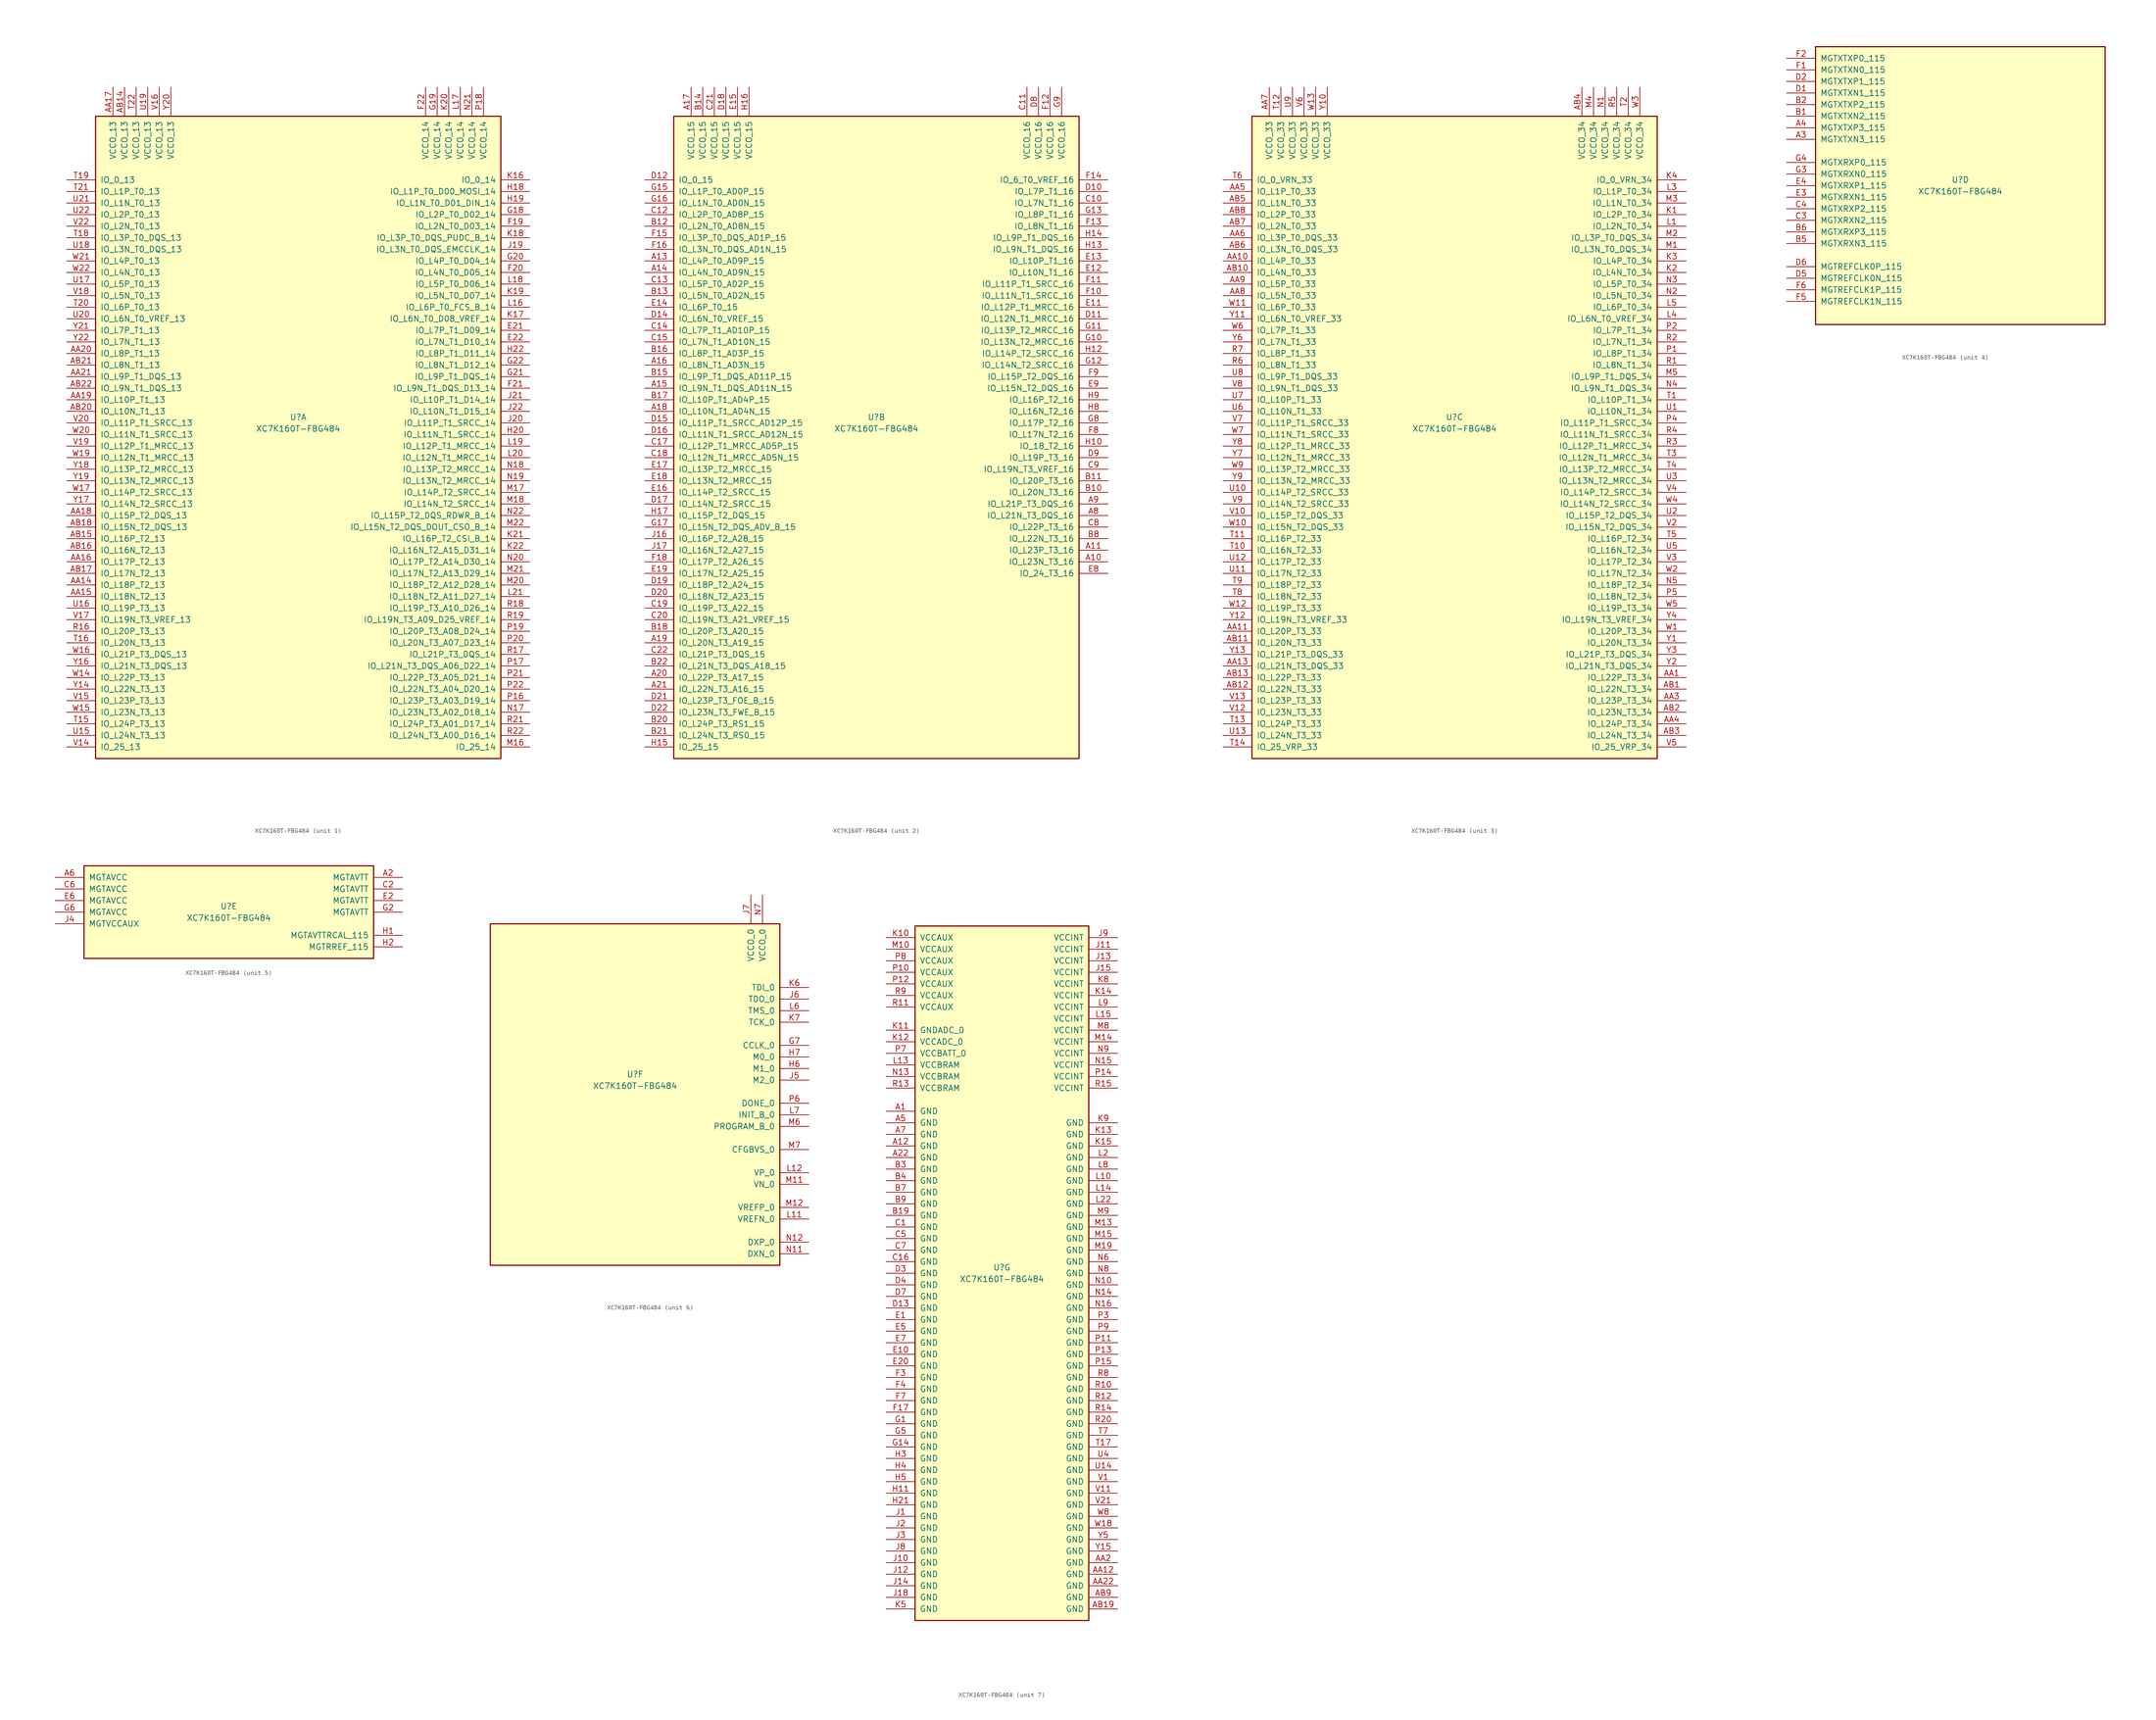
<source format=kicad_sym>
(kicad_symbol_lib
  (version 20211014)
  (generator kicad_symbol_editor)
  (symbol "XC7K160T-FBG484"
    (pin_names
      (offset 1.016))
    (property "Reference" "U"
      (at 0 1.27 0)
      (effects (font (size 1.27 1.27))))
    (property "Value" "XC7K160T-FBG484"
      (at 0 -1.27 0)
      (effects (font (size 1.27 1.27))))
    (property "Datasheet" ""
      (at 0 0 0)
      (effects (font (size 1.27 1.27))))
    (property "ki_locked" ""
      (at 0 0 0)
      (effects (font (size 1.27 1.27))))
    (symbol "XC7K160T-FBG484_1_1"
      (rectangle (start -44.45 67.31) (end 44.45 -73.66) (stroke (width 0.254) (type default) (color 0 0 0 0)) (fill (type background)))
      (pin bidirectional line (at -50.8 -35.56 0) (length 6.35) (name "IO_L18P_T2_13" (effects (font (size 1.27 1.27)))) (number "AA14" (effects (font (size 1.27 1.27)))))
      (pin bidirectional line (at -50.8 -38.1 0) (length 6.35) (name "IO_L18N_T2_13" (effects (font (size 1.27 1.27)))) (number "AA15" (effects (font (size 1.27 1.27)))))
      (pin bidirectional line (at -50.8 -30.48 0) (length 6.35) (name "IO_L17P_T2_13" (effects (font (size 1.27 1.27)))) (number "AA16" (effects (font (size 1.27 1.27)))))
      (pin power_in line (at -40.64 73.66 270) (length 6.35) (name "VCCO_13" (effects (font (size 1.27 1.27)))) (number "AA17" (effects (font (size 1.27 1.27)))))
      (pin bidirectional line (at -50.8 -20.32 0) (length 6.35) (name "IO_L15P_T2_DQS_13" (effects (font (size 1.27 1.27)))) (number "AA18" (effects (font (size 1.27 1.27)))))
      (pin bidirectional line (at -50.8 5.08 0) (length 6.35) (name "IO_L10P_T1_13" (effects (font (size 1.27 1.27)))) (number "AA19" (effects (font (size 1.27 1.27)))))
      (pin bidirectional line (at -50.8 15.24 0) (length 6.35) (name "IO_L8P_T1_13" (effects (font (size 1.27 1.27)))) (number "AA20" (effects (font (size 1.27 1.27)))))
      (pin bidirectional line (at -50.8 10.16 0) (length 6.35) (name "IO_L9P_T1_DQS_13" (effects (font (size 1.27 1.27)))) (number "AA21" (effects (font (size 1.27 1.27)))))
      (pin power_in line (at -38.1 73.66 270) (length 6.35) (name "VCCO_13" (effects (font (size 1.27 1.27)))) (number "AB14" (effects (font (size 1.27 1.27)))))
      (pin bidirectional line (at -50.8 -25.4 0) (length 6.35) (name "IO_L16P_T2_13" (effects (font (size 1.27 1.27)))) (number "AB15" (effects (font (size 1.27 1.27)))))
      (pin bidirectional line (at -50.8 -27.94 0) (length 6.35) (name "IO_L16N_T2_13" (effects (font (size 1.27 1.27)))) (number "AB16" (effects (font (size 1.27 1.27)))))
      (pin bidirectional line (at -50.8 -33.02 0) (length 6.35) (name "IO_L17N_T2_13" (effects (font (size 1.27 1.27)))) (number "AB17" (effects (font (size 1.27 1.27)))))
      (pin bidirectional line (at -50.8 -22.86 0) (length 6.35) (name "IO_L15N_T2_DQS_13" (effects (font (size 1.27 1.27)))) (number "AB18" (effects (font (size 1.27 1.27)))))
      (pin bidirectional line (at -50.8 2.54 0) (length 6.35) (name "IO_L10N_T1_13" (effects (font (size 1.27 1.27)))) (number "AB20" (effects (font (size 1.27 1.27)))))
      (pin bidirectional line (at -50.8 12.7 0) (length 6.35) (name "IO_L8N_T1_13" (effects (font (size 1.27 1.27)))) (number "AB21" (effects (font (size 1.27 1.27)))))
      (pin bidirectional line (at -50.8 7.62 0) (length 6.35) (name "IO_L9N_T1_DQS_13" (effects (font (size 1.27 1.27)))) (number "AB22" (effects (font (size 1.27 1.27)))))
      (pin bidirectional line (at 50.8 20.32 180) (length 6.35) (name "IO_L7P_T1_D09_14" (effects (font (size 1.27 1.27)))) (number "E21" (effects (font (size 1.27 1.27)))))
      (pin bidirectional line (at 50.8 17.78 180) (length 6.35) (name "IO_L7N_T1_D10_14" (effects (font (size 1.27 1.27)))) (number "E22" (effects (font (size 1.27 1.27)))))
      (pin bidirectional line (at 50.8 43.18 180) (length 6.35) (name "IO_L2N_T0_D03_14" (effects (font (size 1.27 1.27)))) (number "F19" (effects (font (size 1.27 1.27)))))
      (pin bidirectional line (at 50.8 33.02 180) (length 6.35) (name "IO_L4N_T0_D05_14" (effects (font (size 1.27 1.27)))) (number "F20" (effects (font (size 1.27 1.27)))))
      (pin bidirectional line (at 50.8 7.62 180) (length 6.35) (name "IO_L9N_T1_DQS_D13_14" (effects (font (size 1.27 1.27)))) (number "F21" (effects (font (size 1.27 1.27)))))
      (pin power_in line (at 27.94 73.66 270) (length 6.35) (name "VCCO_14" (effects (font (size 1.27 1.27)))) (number "F22" (effects (font (size 1.27 1.27)))))
      (pin bidirectional line (at 50.8 45.72 180) (length 6.35) (name "IO_L2P_T0_D02_14" (effects (font (size 1.27 1.27)))) (number "G18" (effects (font (size 1.27 1.27)))))
      (pin power_in line (at 30.48 73.66 270) (length 6.35) (name "VCCO_14" (effects (font (size 1.27 1.27)))) (number "G19" (effects (font (size 1.27 1.27)))))
      (pin bidirectional line (at 50.8 35.56 180) (length 6.35) (name "IO_L4P_T0_D04_14" (effects (font (size 1.27 1.27)))) (number "G20" (effects (font (size 1.27 1.27)))))
      (pin bidirectional line (at 50.8 10.16 180) (length 6.35) (name "IO_L9P_T1_DQS_14" (effects (font (size 1.27 1.27)))) (number "G21" (effects (font (size 1.27 1.27)))))
      (pin bidirectional line (at 50.8 12.7 180) (length 6.35) (name "IO_L8N_T1_D12_14" (effects (font (size 1.27 1.27)))) (number "G22" (effects (font (size 1.27 1.27)))))
      (pin bidirectional line (at 50.8 50.8 180) (length 6.35) (name "IO_L1P_T0_D00_MOSI_14" (effects (font (size 1.27 1.27)))) (number "H18" (effects (font (size 1.27 1.27)))))
      (pin bidirectional line (at 50.8 48.26 180) (length 6.35) (name "IO_L1N_T0_D01_DIN_14" (effects (font (size 1.27 1.27)))) (number "H19" (effects (font (size 1.27 1.27)))))
      (pin bidirectional line (at 50.8 -2.54 180) (length 6.35) (name "IO_L11N_T1_SRCC_14" (effects (font (size 1.27 1.27)))) (number "H20" (effects (font (size 1.27 1.27)))))
      (pin bidirectional line (at 50.8 15.24 180) (length 6.35) (name "IO_L8P_T1_D11_14" (effects (font (size 1.27 1.27)))) (number "H22" (effects (font (size 1.27 1.27)))))
      (pin bidirectional line (at 50.8 38.1 180) (length 6.35) (name "IO_L3N_T0_DQS_EMCCLK_14" (effects (font (size 1.27 1.27)))) (number "J19" (effects (font (size 1.27 1.27)))))
      (pin bidirectional line (at 50.8 0 180) (length 6.35) (name "IO_L11P_T1_SRCC_14" (effects (font (size 1.27 1.27)))) (number "J20" (effects (font (size 1.27 1.27)))))
      (pin bidirectional line (at 50.8 5.08 180) (length 6.35) (name "IO_L10P_T1_D14_14" (effects (font (size 1.27 1.27)))) (number "J21" (effects (font (size 1.27 1.27)))))
      (pin bidirectional line (at 50.8 2.54 180) (length 6.35) (name "IO_L10N_T1_D15_14" (effects (font (size 1.27 1.27)))) (number "J22" (effects (font (size 1.27 1.27)))))
      (pin bidirectional line (at 50.8 53.34 180) (length 6.35) (name "IO_0_14" (effects (font (size 1.27 1.27)))) (number "K16" (effects (font (size 1.27 1.27)))))
      (pin bidirectional line (at 50.8 22.86 180) (length 6.35) (name "IO_L6N_T0_D08_VREF_14" (effects (font (size 1.27 1.27)))) (number "K17" (effects (font (size 1.27 1.27)))))
      (pin bidirectional line (at 50.8 40.64 180) (length 6.35) (name "IO_L3P_T0_DQS_PUDC_B_14" (effects (font (size 1.27 1.27)))) (number "K18" (effects (font (size 1.27 1.27)))))
      (pin bidirectional line (at 50.8 27.94 180) (length 6.35) (name "IO_L5N_T0_D07_14" (effects (font (size 1.27 1.27)))) (number "K19" (effects (font (size 1.27 1.27)))))
      (pin power_in line (at 33.02 73.66 270) (length 6.35) (name "VCCO_14" (effects (font (size 1.27 1.27)))) (number "K20" (effects (font (size 1.27 1.27)))))
      (pin bidirectional line (at 50.8 -25.4 180) (length 6.35) (name "IO_L16P_T2_CSI_B_14" (effects (font (size 1.27 1.27)))) (number "K21" (effects (font (size 1.27 1.27)))))
      (pin bidirectional line (at 50.8 -27.94 180) (length 6.35) (name "IO_L16N_T2_A15_D31_14" (effects (font (size 1.27 1.27)))) (number "K22" (effects (font (size 1.27 1.27)))))
      (pin bidirectional line (at 50.8 25.4 180) (length 6.35) (name "IO_L6P_T0_FCS_B_14" (effects (font (size 1.27 1.27)))) (number "L16" (effects (font (size 1.27 1.27)))))
      (pin power_in line (at 35.56 73.66 270) (length 6.35) (name "VCCO_14" (effects (font (size 1.27 1.27)))) (number "L17" (effects (font (size 1.27 1.27)))))
      (pin bidirectional line (at 50.8 30.48 180) (length 6.35) (name "IO_L5P_T0_D06_14" (effects (font (size 1.27 1.27)))) (number "L18" (effects (font (size 1.27 1.27)))))
      (pin bidirectional line (at 50.8 -5.08 180) (length 6.35) (name "IO_L12P_T1_MRCC_14" (effects (font (size 1.27 1.27)))) (number "L19" (effects (font (size 1.27 1.27)))))
      (pin bidirectional line (at 50.8 -7.62 180) (length 6.35) (name "IO_L12N_T1_MRCC_14" (effects (font (size 1.27 1.27)))) (number "L20" (effects (font (size 1.27 1.27)))))
      (pin bidirectional line (at 50.8 -38.1 180) (length 6.35) (name "IO_L18N_T2_A11_D27_14" (effects (font (size 1.27 1.27)))) (number "L21" (effects (font (size 1.27 1.27)))))
      (pin bidirectional line (at 50.8 -71.12 180) (length 6.35) (name "IO_25_14" (effects (font (size 1.27 1.27)))) (number "M16" (effects (font (size 1.27 1.27)))))
      (pin bidirectional line (at 50.8 -15.24 180) (length 6.35) (name "IO_L14P_T2_SRCC_14" (effects (font (size 1.27 1.27)))) (number "M17" (effects (font (size 1.27 1.27)))))
      (pin bidirectional line (at 50.8 -17.78 180) (length 6.35) (name "IO_L14N_T2_SRCC_14" (effects (font (size 1.27 1.27)))) (number "M18" (effects (font (size 1.27 1.27)))))
      (pin bidirectional line (at 50.8 -35.56 180) (length 6.35) (name "IO_L18P_T2_A12_D28_14" (effects (font (size 1.27 1.27)))) (number "M20" (effects (font (size 1.27 1.27)))))
      (pin bidirectional line (at 50.8 -33.02 180) (length 6.35) (name "IO_L17N_T2_A13_D29_14" (effects (font (size 1.27 1.27)))) (number "M21" (effects (font (size 1.27 1.27)))))
      (pin bidirectional line (at 50.8 -22.86 180) (length 6.35) (name "IO_L15N_T2_DQS_DOUT_CSO_B_14" (effects (font (size 1.27 1.27)))) (number "M22" (effects (font (size 1.27 1.27)))))
      (pin bidirectional line (at 50.8 -63.5 180) (length 6.35) (name "IO_L23N_T3_A02_D18_14" (effects (font (size 1.27 1.27)))) (number "N17" (effects (font (size 1.27 1.27)))))
      (pin bidirectional line (at 50.8 -10.16 180) (length 6.35) (name "IO_L13P_T2_MRCC_14" (effects (font (size 1.27 1.27)))) (number "N18" (effects (font (size 1.27 1.27)))))
      (pin bidirectional line (at 50.8 -12.7 180) (length 6.35) (name "IO_L13N_T2_MRCC_14" (effects (font (size 1.27 1.27)))) (number "N19" (effects (font (size 1.27 1.27)))))
      (pin bidirectional line (at 50.8 -30.48 180) (length 6.35) (name "IO_L17P_T2_A14_D30_14" (effects (font (size 1.27 1.27)))) (number "N20" (effects (font (size 1.27 1.27)))))
      (pin power_in line (at 38.1 73.66 270) (length 6.35) (name "VCCO_14" (effects (font (size 1.27 1.27)))) (number "N21" (effects (font (size 1.27 1.27)))))
      (pin bidirectional line (at 50.8 -20.32 180) (length 6.35) (name "IO_L15P_T2_DQS_RDWR_B_14" (effects (font (size 1.27 1.27)))) (number "N22" (effects (font (size 1.27 1.27)))))
      (pin bidirectional line (at 50.8 -60.96 180) (length 6.35) (name "IO_L23P_T3_A03_D19_14" (effects (font (size 1.27 1.27)))) (number "P16" (effects (font (size 1.27 1.27)))))
      (pin bidirectional line (at 50.8 -53.34 180) (length 6.35) (name "IO_L21N_T3_DQS_A06_D22_14" (effects (font (size 1.27 1.27)))) (number "P17" (effects (font (size 1.27 1.27)))))
      (pin power_in line (at 40.64 73.66 270) (length 6.35) (name "VCCO_14" (effects (font (size 1.27 1.27)))) (number "P18" (effects (font (size 1.27 1.27)))))
      (pin bidirectional line (at 50.8 -45.72 180) (length 6.35) (name "IO_L20P_T3_A08_D24_14" (effects (font (size 1.27 1.27)))) (number "P19" (effects (font (size 1.27 1.27)))))
      (pin bidirectional line (at 50.8 -48.26 180) (length 6.35) (name "IO_L20N_T3_A07_D23_14" (effects (font (size 1.27 1.27)))) (number "P20" (effects (font (size 1.27 1.27)))))
      (pin bidirectional line (at 50.8 -55.88 180) (length 6.35) (name "IO_L22P_T3_A05_D21_14" (effects (font (size 1.27 1.27)))) (number "P21" (effects (font (size 1.27 1.27)))))
      (pin bidirectional line (at 50.8 -58.42 180) (length 6.35) (name "IO_L22N_T3_A04_D20_14" (effects (font (size 1.27 1.27)))) (number "P22" (effects (font (size 1.27 1.27)))))
      (pin bidirectional line (at -50.8 -45.72 0) (length 6.35) (name "IO_L20P_T3_13" (effects (font (size 1.27 1.27)))) (number "R16" (effects (font (size 1.27 1.27)))))
      (pin bidirectional line (at 50.8 -50.8 180) (length 6.35) (name "IO_L21P_T3_DQS_14" (effects (font (size 1.27 1.27)))) (number "R17" (effects (font (size 1.27 1.27)))))
      (pin bidirectional line (at 50.8 -40.64 180) (length 6.35) (name "IO_L19P_T3_A10_D26_14" (effects (font (size 1.27 1.27)))) (number "R18" (effects (font (size 1.27 1.27)))))
      (pin bidirectional line (at 50.8 -43.18 180) (length 6.35) (name "IO_L19N_T3_A09_D25_VREF_14" (effects (font (size 1.27 1.27)))) (number "R19" (effects (font (size 1.27 1.27)))))
      (pin bidirectional line (at 50.8 -66.04 180) (length 6.35) (name "IO_L24P_T3_A01_D17_14" (effects (font (size 1.27 1.27)))) (number "R21" (effects (font (size 1.27 1.27)))))
      (pin bidirectional line (at 50.8 -68.58 180) (length 6.35) (name "IO_L24N_T3_A00_D16_14" (effects (font (size 1.27 1.27)))) (number "R22" (effects (font (size 1.27 1.27)))))
      (pin bidirectional line (at -50.8 -66.04 0) (length 6.35) (name "IO_L24P_T3_13" (effects (font (size 1.27 1.27)))) (number "T15" (effects (font (size 1.27 1.27)))))
      (pin bidirectional line (at -50.8 -48.26 0) (length 6.35) (name "IO_L20N_T3_13" (effects (font (size 1.27 1.27)))) (number "T16" (effects (font (size 1.27 1.27)))))
      (pin bidirectional line (at -50.8 40.64 0) (length 6.35) (name "IO_L3P_T0_DQS_13" (effects (font (size 1.27 1.27)))) (number "T18" (effects (font (size 1.27 1.27)))))
      (pin bidirectional line (at -50.8 53.34 0) (length 6.35) (name "IO_0_13" (effects (font (size 1.27 1.27)))) (number "T19" (effects (font (size 1.27 1.27)))))
      (pin bidirectional line (at -50.8 25.4 0) (length 6.35) (name "IO_L6P_T0_13" (effects (font (size 1.27 1.27)))) (number "T20" (effects (font (size 1.27 1.27)))))
      (pin bidirectional line (at -50.8 50.8 0) (length 6.35) (name "IO_L1P_T0_13" (effects (font (size 1.27 1.27)))) (number "T21" (effects (font (size 1.27 1.27)))))
      (pin power_in line (at -35.56 73.66 270) (length 6.35) (name "VCCO_13" (effects (font (size 1.27 1.27)))) (number "T22" (effects (font (size 1.27 1.27)))))
      (pin bidirectional line (at -50.8 -68.58 0) (length 6.35) (name "IO_L24N_T3_13" (effects (font (size 1.27 1.27)))) (number "U15" (effects (font (size 1.27 1.27)))))
      (pin bidirectional line (at -50.8 -40.64 0) (length 6.35) (name "IO_L19P_T3_13" (effects (font (size 1.27 1.27)))) (number "U16" (effects (font (size 1.27 1.27)))))
      (pin bidirectional line (at -50.8 30.48 0) (length 6.35) (name "IO_L5P_T0_13" (effects (font (size 1.27 1.27)))) (number "U17" (effects (font (size 1.27 1.27)))))
      (pin bidirectional line (at -50.8 38.1 0) (length 6.35) (name "IO_L3N_T0_DQS_13" (effects (font (size 1.27 1.27)))) (number "U18" (effects (font (size 1.27 1.27)))))
      (pin power_in line (at -33.02 73.66 270) (length 6.35) (name "VCCO_13" (effects (font (size 1.27 1.27)))) (number "U19" (effects (font (size 1.27 1.27)))))
      (pin bidirectional line (at -50.8 22.86 0) (length 6.35) (name "IO_L6N_T0_VREF_13" (effects (font (size 1.27 1.27)))) (number "U20" (effects (font (size 1.27 1.27)))))
      (pin bidirectional line (at -50.8 48.26 0) (length 6.35) (name "IO_L1N_T0_13" (effects (font (size 1.27 1.27)))) (number "U21" (effects (font (size 1.27 1.27)))))
      (pin bidirectional line (at -50.8 45.72 0) (length 6.35) (name "IO_L2P_T0_13" (effects (font (size 1.27 1.27)))) (number "U22" (effects (font (size 1.27 1.27)))))
      (pin bidirectional line (at -50.8 -71.12 0) (length 6.35) (name "IO_25_13" (effects (font (size 1.27 1.27)))) (number "V14" (effects (font (size 1.27 1.27)))))
      (pin bidirectional line (at -50.8 -60.96 0) (length 6.35) (name "IO_L23P_T3_13" (effects (font (size 1.27 1.27)))) (number "V15" (effects (font (size 1.27 1.27)))))
      (pin power_in line (at -30.48 73.66 270) (length 6.35) (name "VCCO_13" (effects (font (size 1.27 1.27)))) (number "V16" (effects (font (size 1.27 1.27)))))
      (pin bidirectional line (at -50.8 -43.18 0) (length 6.35) (name "IO_L19N_T3_VREF_13" (effects (font (size 1.27 1.27)))) (number "V17" (effects (font (size 1.27 1.27)))))
      (pin bidirectional line (at -50.8 27.94 0) (length 6.35) (name "IO_L5N_T0_13" (effects (font (size 1.27 1.27)))) (number "V18" (effects (font (size 1.27 1.27)))))
      (pin bidirectional line (at -50.8 -5.08 0) (length 6.35) (name "IO_L12P_T1_MRCC_13" (effects (font (size 1.27 1.27)))) (number "V19" (effects (font (size 1.27 1.27)))))
      (pin bidirectional line (at -50.8 0 0) (length 6.35) (name "IO_L11P_T1_SRCC_13" (effects (font (size 1.27 1.27)))) (number "V20" (effects (font (size 1.27 1.27)))))
      (pin bidirectional line (at -50.8 43.18 0) (length 6.35) (name "IO_L2N_T0_13" (effects (font (size 1.27 1.27)))) (number "V22" (effects (font (size 1.27 1.27)))))
      (pin bidirectional line (at -50.8 -55.88 0) (length 6.35) (name "IO_L22P_T3_13" (effects (font (size 1.27 1.27)))) (number "W14" (effects (font (size 1.27 1.27)))))
      (pin bidirectional line (at -50.8 -63.5 0) (length 6.35) (name "IO_L23N_T3_13" (effects (font (size 1.27 1.27)))) (number "W15" (effects (font (size 1.27 1.27)))))
      (pin bidirectional line (at -50.8 -50.8 0) (length 6.35) (name "IO_L21P_T3_DQS_13" (effects (font (size 1.27 1.27)))) (number "W16" (effects (font (size 1.27 1.27)))))
      (pin bidirectional line (at -50.8 -15.24 0) (length 6.35) (name "IO_L14P_T2_SRCC_13" (effects (font (size 1.27 1.27)))) (number "W17" (effects (font (size 1.27 1.27)))))
      (pin bidirectional line (at -50.8 -7.62 0) (length 6.35) (name "IO_L12N_T1_MRCC_13" (effects (font (size 1.27 1.27)))) (number "W19" (effects (font (size 1.27 1.27)))))
      (pin bidirectional line (at -50.8 -2.54 0) (length 6.35) (name "IO_L11N_T1_SRCC_13" (effects (font (size 1.27 1.27)))) (number "W20" (effects (font (size 1.27 1.27)))))
      (pin bidirectional line (at -50.8 35.56 0) (length 6.35) (name "IO_L4P_T0_13" (effects (font (size 1.27 1.27)))) (number "W21" (effects (font (size 1.27 1.27)))))
      (pin bidirectional line (at -50.8 33.02 0) (length 6.35) (name "IO_L4N_T0_13" (effects (font (size 1.27 1.27)))) (number "W22" (effects (font (size 1.27 1.27)))))
      (pin bidirectional line (at -50.8 -58.42 0) (length 6.35) (name "IO_L22N_T3_13" (effects (font (size 1.27 1.27)))) (number "Y14" (effects (font (size 1.27 1.27)))))
      (pin bidirectional line (at -50.8 -53.34 0) (length 6.35) (name "IO_L21N_T3_DQS_13" (effects (font (size 1.27 1.27)))) (number "Y16" (effects (font (size 1.27 1.27)))))
      (pin bidirectional line (at -50.8 -17.78 0) (length 6.35) (name "IO_L14N_T2_SRCC_13" (effects (font (size 1.27 1.27)))) (number "Y17" (effects (font (size 1.27 1.27)))))
      (pin bidirectional line (at -50.8 -10.16 0) (length 6.35) (name "IO_L13P_T2_MRCC_13" (effects (font (size 1.27 1.27)))) (number "Y18" (effects (font (size 1.27 1.27)))))
      (pin bidirectional line (at -50.8 -12.7 0) (length 6.35) (name "IO_L13N_T2_MRCC_13" (effects (font (size 1.27 1.27)))) (number "Y19" (effects (font (size 1.27 1.27)))))
      (pin power_in line (at -27.94 73.66 270) (length 6.35) (name "VCCO_13" (effects (font (size 1.27 1.27)))) (number "Y20" (effects (font (size 1.27 1.27)))))
      (pin bidirectional line (at -50.8 20.32 0) (length 6.35) (name "IO_L7P_T1_13" (effects (font (size 1.27 1.27)))) (number "Y21" (effects (font (size 1.27 1.27)))))
      (pin bidirectional line (at -50.8 17.78 0) (length 6.35) (name "IO_L7N_T1_13" (effects (font (size 1.27 1.27)))) (number "Y22" (effects (font (size 1.27 1.27))))))
    (symbol "XC7K160T-FBG484_2_1"
      (rectangle (start -44.45 67.31) (end 44.45 -73.66) (stroke (width 0.254) (type default) (color 0 0 0 0)) (fill (type background)))
      (pin bidirectional line (at 50.8 -30.48 180) (length 6.35) (name "IO_L23N_T3_16" (effects (font (size 1.27 1.27)))) (number "A10" (effects (font (size 1.27 1.27)))))
      (pin bidirectional line (at 50.8 -27.94 180) (length 6.35) (name "IO_L23P_T3_16" (effects (font (size 1.27 1.27)))) (number "A11" (effects (font (size 1.27 1.27)))))
      (pin bidirectional line (at -50.8 35.56 0) (length 6.35) (name "IO_L4P_T0_AD9P_15" (effects (font (size 1.27 1.27)))) (number "A13" (effects (font (size 1.27 1.27)))))
      (pin bidirectional line (at -50.8 33.02 0) (length 6.35) (name "IO_L4N_T0_AD9N_15" (effects (font (size 1.27 1.27)))) (number "A14" (effects (font (size 1.27 1.27)))))
      (pin bidirectional line (at -50.8 7.62 0) (length 6.35) (name "IO_L9N_T1_DQS_AD11N_15" (effects (font (size 1.27 1.27)))) (number "A15" (effects (font (size 1.27 1.27)))))
      (pin bidirectional line (at -50.8 12.7 0) (length 6.35) (name "IO_L8N_T1_AD3N_15" (effects (font (size 1.27 1.27)))) (number "A16" (effects (font (size 1.27 1.27)))))
      (pin power_in line (at -40.64 73.66 270) (length 6.35) (name "VCCO_15" (effects (font (size 1.27 1.27)))) (number "A17" (effects (font (size 1.27 1.27)))))
      (pin bidirectional line (at -50.8 2.54 0) (length 6.35) (name "IO_L10N_T1_AD4N_15" (effects (font (size 1.27 1.27)))) (number "A18" (effects (font (size 1.27 1.27)))))
      (pin bidirectional line (at -50.8 -48.26 0) (length 6.35) (name "IO_L20N_T3_A19_15" (effects (font (size 1.27 1.27)))) (number "A19" (effects (font (size 1.27 1.27)))))
      (pin bidirectional line (at -50.8 -55.88 0) (length 6.35) (name "IO_L22P_T3_A17_15" (effects (font (size 1.27 1.27)))) (number "A20" (effects (font (size 1.27 1.27)))))
      (pin bidirectional line (at -50.8 -58.42 0) (length 6.35) (name "IO_L22N_T3_A16_15" (effects (font (size 1.27 1.27)))) (number "A21" (effects (font (size 1.27 1.27)))))
      (pin bidirectional line (at 50.8 -20.32 180) (length 6.35) (name "IO_L21N_T3_DQS_16" (effects (font (size 1.27 1.27)))) (number "A8" (effects (font (size 1.27 1.27)))))
      (pin bidirectional line (at 50.8 -17.78 180) (length 6.35) (name "IO_L21P_T3_DQS_16" (effects (font (size 1.27 1.27)))) (number "A9" (effects (font (size 1.27 1.27)))))
      (pin bidirectional line (at 50.8 -15.24 180) (length 6.35) (name "IO_L20N_T3_16" (effects (font (size 1.27 1.27)))) (number "B10" (effects (font (size 1.27 1.27)))))
      (pin bidirectional line (at 50.8 -12.7 180) (length 6.35) (name "IO_L20P_T3_16" (effects (font (size 1.27 1.27)))) (number "B11" (effects (font (size 1.27 1.27)))))
      (pin bidirectional line (at -50.8 43.18 0) (length 6.35) (name "IO_L2N_T0_AD8N_15" (effects (font (size 1.27 1.27)))) (number "B12" (effects (font (size 1.27 1.27)))))
      (pin bidirectional line (at -50.8 27.94 0) (length 6.35) (name "IO_L5N_T0_AD2N_15" (effects (font (size 1.27 1.27)))) (number "B13" (effects (font (size 1.27 1.27)))))
      (pin power_in line (at -38.1 73.66 270) (length 6.35) (name "VCCO_15" (effects (font (size 1.27 1.27)))) (number "B14" (effects (font (size 1.27 1.27)))))
      (pin bidirectional line (at -50.8 10.16 0) (length 6.35) (name "IO_L9P_T1_DQS_AD11P_15" (effects (font (size 1.27 1.27)))) (number "B15" (effects (font (size 1.27 1.27)))))
      (pin bidirectional line (at -50.8 15.24 0) (length 6.35) (name "IO_L8P_T1_AD3P_15" (effects (font (size 1.27 1.27)))) (number "B16" (effects (font (size 1.27 1.27)))))
      (pin bidirectional line (at -50.8 5.08 0) (length 6.35) (name "IO_L10P_T1_AD4P_15" (effects (font (size 1.27 1.27)))) (number "B17" (effects (font (size 1.27 1.27)))))
      (pin bidirectional line (at -50.8 -45.72 0) (length 6.35) (name "IO_L20P_T3_A20_15" (effects (font (size 1.27 1.27)))) (number "B18" (effects (font (size 1.27 1.27)))))
      (pin bidirectional line (at -50.8 -66.04 0) (length 6.35) (name "IO_L24P_T3_RS1_15" (effects (font (size 1.27 1.27)))) (number "B20" (effects (font (size 1.27 1.27)))))
      (pin bidirectional line (at -50.8 -68.58 0) (length 6.35) (name "IO_L24N_T3_RS0_15" (effects (font (size 1.27 1.27)))) (number "B21" (effects (font (size 1.27 1.27)))))
      (pin bidirectional line (at -50.8 -53.34 0) (length 6.35) (name "IO_L21N_T3_DQS_A18_15" (effects (font (size 1.27 1.27)))) (number "B22" (effects (font (size 1.27 1.27)))))
      (pin bidirectional line (at 50.8 -25.4 180) (length 6.35) (name "IO_L22N_T3_16" (effects (font (size 1.27 1.27)))) (number "B8" (effects (font (size 1.27 1.27)))))
      (pin bidirectional line (at 50.8 48.26 180) (length 6.35) (name "IO_L7N_T1_16" (effects (font (size 1.27 1.27)))) (number "C10" (effects (font (size 1.27 1.27)))))
      (pin power_in line (at 33.02 73.66 270) (length 6.35) (name "VCCO_16" (effects (font (size 1.27 1.27)))) (number "C11" (effects (font (size 1.27 1.27)))))
      (pin bidirectional line (at -50.8 45.72 0) (length 6.35) (name "IO_L2P_T0_AD8P_15" (effects (font (size 1.27 1.27)))) (number "C12" (effects (font (size 1.27 1.27)))))
      (pin bidirectional line (at -50.8 30.48 0) (length 6.35) (name "IO_L5P_T0_AD2P_15" (effects (font (size 1.27 1.27)))) (number "C13" (effects (font (size 1.27 1.27)))))
      (pin bidirectional line (at -50.8 20.32 0) (length 6.35) (name "IO_L7P_T1_AD10P_15" (effects (font (size 1.27 1.27)))) (number "C14" (effects (font (size 1.27 1.27)))))
      (pin bidirectional line (at -50.8 17.78 0) (length 6.35) (name "IO_L7N_T1_AD10N_15" (effects (font (size 1.27 1.27)))) (number "C15" (effects (font (size 1.27 1.27)))))
      (pin bidirectional line (at -50.8 -5.08 0) (length 6.35) (name "IO_L12P_T1_MRCC_AD5P_15" (effects (font (size 1.27 1.27)))) (number "C17" (effects (font (size 1.27 1.27)))))
      (pin bidirectional line (at -50.8 -7.62 0) (length 6.35) (name "IO_L12N_T1_MRCC_AD5N_15" (effects (font (size 1.27 1.27)))) (number "C18" (effects (font (size 1.27 1.27)))))
      (pin bidirectional line (at -50.8 -40.64 0) (length 6.35) (name "IO_L19P_T3_A22_15" (effects (font (size 1.27 1.27)))) (number "C19" (effects (font (size 1.27 1.27)))))
      (pin bidirectional line (at -50.8 -43.18 0) (length 6.35) (name "IO_L19N_T3_A21_VREF_15" (effects (font (size 1.27 1.27)))) (number "C20" (effects (font (size 1.27 1.27)))))
      (pin power_in line (at -35.56 73.66 270) (length 6.35) (name "VCCO_15" (effects (font (size 1.27 1.27)))) (number "C21" (effects (font (size 1.27 1.27)))))
      (pin bidirectional line (at -50.8 -50.8 0) (length 6.35) (name "IO_L21P_T3_DQS_15" (effects (font (size 1.27 1.27)))) (number "C22" (effects (font (size 1.27 1.27)))))
      (pin bidirectional line (at 50.8 -22.86 180) (length 6.35) (name "IO_L22P_T3_16" (effects (font (size 1.27 1.27)))) (number "C8" (effects (font (size 1.27 1.27)))))
      (pin bidirectional line (at 50.8 -10.16 180) (length 6.35) (name "IO_L19N_T3_VREF_16" (effects (font (size 1.27 1.27)))) (number "C9" (effects (font (size 1.27 1.27)))))
      (pin bidirectional line (at 50.8 50.8 180) (length 6.35) (name "IO_L7P_T1_16" (effects (font (size 1.27 1.27)))) (number "D10" (effects (font (size 1.27 1.27)))))
      (pin bidirectional line (at 50.8 22.86 180) (length 6.35) (name "IO_L12N_T1_MRCC_16" (effects (font (size 1.27 1.27)))) (number "D11" (effects (font (size 1.27 1.27)))))
      (pin bidirectional line (at -50.8 53.34 0) (length 6.35) (name "IO_0_15" (effects (font (size 1.27 1.27)))) (number "D12" (effects (font (size 1.27 1.27)))))
      (pin bidirectional line (at -50.8 22.86 0) (length 6.35) (name "IO_L6N_T0_VREF_15" (effects (font (size 1.27 1.27)))) (number "D14" (effects (font (size 1.27 1.27)))))
      (pin bidirectional line (at -50.8 0 0) (length 6.35) (name "IO_L11P_T1_SRCC_AD12P_15" (effects (font (size 1.27 1.27)))) (number "D15" (effects (font (size 1.27 1.27)))))
      (pin bidirectional line (at -50.8 -2.54 0) (length 6.35) (name "IO_L11N_T1_SRCC_AD12N_15" (effects (font (size 1.27 1.27)))) (number "D16" (effects (font (size 1.27 1.27)))))
      (pin bidirectional line (at -50.8 -17.78 0) (length 6.35) (name "IO_L14N_T2_SRCC_15" (effects (font (size 1.27 1.27)))) (number "D17" (effects (font (size 1.27 1.27)))))
      (pin power_in line (at -33.02 73.66 270) (length 6.35) (name "VCCO_15" (effects (font (size 1.27 1.27)))) (number "D18" (effects (font (size 1.27 1.27)))))
      (pin bidirectional line (at -50.8 -35.56 0) (length 6.35) (name "IO_L18P_T2_A24_15" (effects (font (size 1.27 1.27)))) (number "D19" (effects (font (size 1.27 1.27)))))
      (pin bidirectional line (at -50.8 -38.1 0) (length 6.35) (name "IO_L18N_T2_A23_15" (effects (font (size 1.27 1.27)))) (number "D20" (effects (font (size 1.27 1.27)))))
      (pin bidirectional line (at -50.8 -60.96 0) (length 6.35) (name "IO_L23P_T3_FOE_B_15" (effects (font (size 1.27 1.27)))) (number "D21" (effects (font (size 1.27 1.27)))))
      (pin bidirectional line (at -50.8 -63.5 0) (length 6.35) (name "IO_L23N_T3_FWE_B_15" (effects (font (size 1.27 1.27)))) (number "D22" (effects (font (size 1.27 1.27)))))
      (pin power_in line (at 35.56 73.66 270) (length 6.35) (name "VCCO_16" (effects (font (size 1.27 1.27)))) (number "D8" (effects (font (size 1.27 1.27)))))
      (pin bidirectional line (at 50.8 -7.62 180) (length 6.35) (name "IO_L19P_T3_16" (effects (font (size 1.27 1.27)))) (number "D9" (effects (font (size 1.27 1.27)))))
      (pin bidirectional line (at 50.8 25.4 180) (length 6.35) (name "IO_L12P_T1_MRCC_16" (effects (font (size 1.27 1.27)))) (number "E11" (effects (font (size 1.27 1.27)))))
      (pin bidirectional line (at 50.8 33.02 180) (length 6.35) (name "IO_L10N_T1_16" (effects (font (size 1.27 1.27)))) (number "E12" (effects (font (size 1.27 1.27)))))
      (pin bidirectional line (at 50.8 35.56 180) (length 6.35) (name "IO_L10P_T1_16" (effects (font (size 1.27 1.27)))) (number "E13" (effects (font (size 1.27 1.27)))))
      (pin bidirectional line (at -50.8 25.4 0) (length 6.35) (name "IO_L6P_T0_15" (effects (font (size 1.27 1.27)))) (number "E14" (effects (font (size 1.27 1.27)))))
      (pin power_in line (at -30.48 73.66 270) (length 6.35) (name "VCCO_15" (effects (font (size 1.27 1.27)))) (number "E15" (effects (font (size 1.27 1.27)))))
      (pin bidirectional line (at -50.8 -15.24 0) (length 6.35) (name "IO_L14P_T2_SRCC_15" (effects (font (size 1.27 1.27)))) (number "E16" (effects (font (size 1.27 1.27)))))
      (pin bidirectional line (at -50.8 -10.16 0) (length 6.35) (name "IO_L13P_T2_MRCC_15" (effects (font (size 1.27 1.27)))) (number "E17" (effects (font (size 1.27 1.27)))))
      (pin bidirectional line (at -50.8 -12.7 0) (length 6.35) (name "IO_L13N_T2_MRCC_15" (effects (font (size 1.27 1.27)))) (number "E18" (effects (font (size 1.27 1.27)))))
      (pin bidirectional line (at -50.8 -33.02 0) (length 6.35) (name "IO_L17N_T2_A25_15" (effects (font (size 1.27 1.27)))) (number "E19" (effects (font (size 1.27 1.27)))))
      (pin bidirectional line (at 50.8 -33.02 180) (length 6.35) (name "IO_24_T3_16" (effects (font (size 1.27 1.27)))) (number "E8" (effects (font (size 1.27 1.27)))))
      (pin bidirectional line (at 50.8 7.62 180) (length 6.35) (name "IO_L15N_T2_DQS_16" (effects (font (size 1.27 1.27)))) (number "E9" (effects (font (size 1.27 1.27)))))
      (pin bidirectional line (at 50.8 27.94 180) (length 6.35) (name "IO_L11N_T1_SRCC_16" (effects (font (size 1.27 1.27)))) (number "F10" (effects (font (size 1.27 1.27)))))
      (pin bidirectional line (at 50.8 30.48 180) (length 6.35) (name "IO_L11P_T1_SRCC_16" (effects (font (size 1.27 1.27)))) (number "F11" (effects (font (size 1.27 1.27)))))
      (pin power_in line (at 38.1 73.66 270) (length 6.35) (name "VCCO_16" (effects (font (size 1.27 1.27)))) (number "F12" (effects (font (size 1.27 1.27)))))
      (pin bidirectional line (at 50.8 43.18 180) (length 6.35) (name "IO_L8N_T1_16" (effects (font (size 1.27 1.27)))) (number "F13" (effects (font (size 1.27 1.27)))))
      (pin bidirectional line (at 50.8 53.34 180) (length 6.35) (name "IO_6_T0_VREF_16" (effects (font (size 1.27 1.27)))) (number "F14" (effects (font (size 1.27 1.27)))))
      (pin bidirectional line (at -50.8 40.64 0) (length 6.35) (name "IO_L3P_T0_DQS_AD1P_15" (effects (font (size 1.27 1.27)))) (number "F15" (effects (font (size 1.27 1.27)))))
      (pin bidirectional line (at -50.8 38.1 0) (length 6.35) (name "IO_L3N_T0_DQS_AD1N_15" (effects (font (size 1.27 1.27)))) (number "F16" (effects (font (size 1.27 1.27)))))
      (pin bidirectional line (at -50.8 -30.48 0) (length 6.35) (name "IO_L17P_T2_A26_15" (effects (font (size 1.27 1.27)))) (number "F18" (effects (font (size 1.27 1.27)))))
      (pin bidirectional line (at 50.8 -2.54 180) (length 6.35) (name "IO_L17N_T2_16" (effects (font (size 1.27 1.27)))) (number "F8" (effects (font (size 1.27 1.27)))))
      (pin bidirectional line (at 50.8 10.16 180) (length 6.35) (name "IO_L15P_T2_DQS_16" (effects (font (size 1.27 1.27)))) (number "F9" (effects (font (size 1.27 1.27)))))
      (pin bidirectional line (at 50.8 17.78 180) (length 6.35) (name "IO_L13N_T2_MRCC_16" (effects (font (size 1.27 1.27)))) (number "G10" (effects (font (size 1.27 1.27)))))
      (pin bidirectional line (at 50.8 20.32 180) (length 6.35) (name "IO_L13P_T2_MRCC_16" (effects (font (size 1.27 1.27)))) (number "G11" (effects (font (size 1.27 1.27)))))
      (pin bidirectional line (at 50.8 12.7 180) (length 6.35) (name "IO_L14N_T2_SRCC_16" (effects (font (size 1.27 1.27)))) (number "G12" (effects (font (size 1.27 1.27)))))
      (pin bidirectional line (at 50.8 45.72 180) (length 6.35) (name "IO_L8P_T1_16" (effects (font (size 1.27 1.27)))) (number "G13" (effects (font (size 1.27 1.27)))))
      (pin bidirectional line (at -50.8 50.8 0) (length 6.35) (name "IO_L1P_T0_AD0P_15" (effects (font (size 1.27 1.27)))) (number "G15" (effects (font (size 1.27 1.27)))))
      (pin bidirectional line (at -50.8 48.26 0) (length 6.35) (name "IO_L1N_T0_AD0N_15" (effects (font (size 1.27 1.27)))) (number "G16" (effects (font (size 1.27 1.27)))))
      (pin bidirectional line (at -50.8 -22.86 0) (length 6.35) (name "IO_L15N_T2_DQS_ADV_B_15" (effects (font (size 1.27 1.27)))) (number "G17" (effects (font (size 1.27 1.27)))))
      (pin bidirectional line (at 50.8 0 180) (length 6.35) (name "IO_L17P_T2_16" (effects (font (size 1.27 1.27)))) (number "G8" (effects (font (size 1.27 1.27)))))
      (pin power_in line (at 40.64 73.66 270) (length 6.35) (name "VCCO_16" (effects (font (size 1.27 1.27)))) (number "G9" (effects (font (size 1.27 1.27)))))
      (pin bidirectional line (at 50.8 -5.08 180) (length 6.35) (name "IO_18_T2_16" (effects (font (size 1.27 1.27)))) (number "H10" (effects (font (size 1.27 1.27)))))
      (pin bidirectional line (at 50.8 15.24 180) (length 6.35) (name "IO_L14P_T2_SRCC_16" (effects (font (size 1.27 1.27)))) (number "H12" (effects (font (size 1.27 1.27)))))
      (pin bidirectional line (at 50.8 38.1 180) (length 6.35) (name "IO_L9N_T1_DQS_16" (effects (font (size 1.27 1.27)))) (number "H13" (effects (font (size 1.27 1.27)))))
      (pin bidirectional line (at 50.8 40.64 180) (length 6.35) (name "IO_L9P_T1_DQS_16" (effects (font (size 1.27 1.27)))) (number "H14" (effects (font (size 1.27 1.27)))))
      (pin bidirectional line (at -50.8 -71.12 0) (length 6.35) (name "IO_25_15" (effects (font (size 1.27 1.27)))) (number "H15" (effects (font (size 1.27 1.27)))))
      (pin power_in line (at -27.94 73.66 270) (length 6.35) (name "VCCO_15" (effects (font (size 1.27 1.27)))) (number "H16" (effects (font (size 1.27 1.27)))))
      (pin bidirectional line (at -50.8 -20.32 0) (length 6.35) (name "IO_L15P_T2_DQS_15" (effects (font (size 1.27 1.27)))) (number "H17" (effects (font (size 1.27 1.27)))))
      (pin bidirectional line (at 50.8 2.54 180) (length 6.35) (name "IO_L16N_T2_16" (effects (font (size 1.27 1.27)))) (number "H8" (effects (font (size 1.27 1.27)))))
      (pin bidirectional line (at 50.8 5.08 180) (length 6.35) (name "IO_L16P_T2_16" (effects (font (size 1.27 1.27)))) (number "H9" (effects (font (size 1.27 1.27)))))
      (pin bidirectional line (at -50.8 -25.4 0) (length 6.35) (name "IO_L16P_T2_A28_15" (effects (font (size 1.27 1.27)))) (number "J16" (effects (font (size 1.27 1.27)))))
      (pin bidirectional line (at -50.8 -27.94 0) (length 6.35) (name "IO_L16N_T2_A27_15" (effects (font (size 1.27 1.27)))) (number "J17" (effects (font (size 1.27 1.27))))))
    (symbol "XC7K160T-FBG484_3_1"
      (rectangle (start -44.45 67.31) (end 44.45 -73.66) (stroke (width 0.254) (type default) (color 0 0 0 0)) (fill (type background)))
      (pin bidirectional line (at 50.8 -55.88 180) (length 6.35) (name "IO_L22P_T3_34" (effects (font (size 1.27 1.27)))) (number "AA1" (effects (font (size 1.27 1.27)))))
      (pin bidirectional line (at -50.8 35.56 0) (length 6.35) (name "IO_L4P_T0_33" (effects (font (size 1.27 1.27)))) (number "AA10" (effects (font (size 1.27 1.27)))))
      (pin bidirectional line (at -50.8 -45.72 0) (length 6.35) (name "IO_L20P_T3_33" (effects (font (size 1.27 1.27)))) (number "AA11" (effects (font (size 1.27 1.27)))))
      (pin bidirectional line (at -50.8 -53.34 0) (length 6.35) (name "IO_L21N_T3_DQS_33" (effects (font (size 1.27 1.27)))) (number "AA13" (effects (font (size 1.27 1.27)))))
      (pin bidirectional line (at 50.8 -60.96 180) (length 6.35) (name "IO_L23P_T3_34" (effects (font (size 1.27 1.27)))) (number "AA3" (effects (font (size 1.27 1.27)))))
      (pin bidirectional line (at 50.8 -66.04 180) (length 6.35) (name "IO_L24P_T3_34" (effects (font (size 1.27 1.27)))) (number "AA4" (effects (font (size 1.27 1.27)))))
      (pin bidirectional line (at -50.8 50.8 0) (length 6.35) (name "IO_L1P_T0_33" (effects (font (size 1.27 1.27)))) (number "AA5" (effects (font (size 1.27 1.27)))))
      (pin bidirectional line (at -50.8 40.64 0) (length 6.35) (name "IO_L3P_T0_DQS_33" (effects (font (size 1.27 1.27)))) (number "AA6" (effects (font (size 1.27 1.27)))))
      (pin power_in line (at -40.64 73.66 270) (length 6.35) (name "VCCO_33" (effects (font (size 1.27 1.27)))) (number "AA7" (effects (font (size 1.27 1.27)))))
      (pin bidirectional line (at -50.8 27.94 0) (length 6.35) (name "IO_L5N_T0_33" (effects (font (size 1.27 1.27)))) (number "AA8" (effects (font (size 1.27 1.27)))))
      (pin bidirectional line (at -50.8 30.48 0) (length 6.35) (name "IO_L5P_T0_33" (effects (font (size 1.27 1.27)))) (number "AA9" (effects (font (size 1.27 1.27)))))
      (pin bidirectional line (at 50.8 -58.42 180) (length 6.35) (name "IO_L22N_T3_34" (effects (font (size 1.27 1.27)))) (number "AB1" (effects (font (size 1.27 1.27)))))
      (pin bidirectional line (at -50.8 33.02 0) (length 6.35) (name "IO_L4N_T0_33" (effects (font (size 1.27 1.27)))) (number "AB10" (effects (font (size 1.27 1.27)))))
      (pin bidirectional line (at -50.8 -48.26 0) (length 6.35) (name "IO_L20N_T3_33" (effects (font (size 1.27 1.27)))) (number "AB11" (effects (font (size 1.27 1.27)))))
      (pin bidirectional line (at -50.8 -58.42 0) (length 6.35) (name "IO_L22N_T3_33" (effects (font (size 1.27 1.27)))) (number "AB12" (effects (font (size 1.27 1.27)))))
      (pin bidirectional line (at -50.8 -55.88 0) (length 6.35) (name "IO_L22P_T3_33" (effects (font (size 1.27 1.27)))) (number "AB13" (effects (font (size 1.27 1.27)))))
      (pin bidirectional line (at 50.8 -63.5 180) (length 6.35) (name "IO_L23N_T3_34" (effects (font (size 1.27 1.27)))) (number "AB2" (effects (font (size 1.27 1.27)))))
      (pin bidirectional line (at 50.8 -68.58 180) (length 6.35) (name "IO_L24N_T3_34" (effects (font (size 1.27 1.27)))) (number "AB3" (effects (font (size 1.27 1.27)))))
      (pin power_in line (at 27.94 73.66 270) (length 6.35) (name "VCCO_34" (effects (font (size 1.27 1.27)))) (number "AB4" (effects (font (size 1.27 1.27)))))
      (pin bidirectional line (at -50.8 48.26 0) (length 6.35) (name "IO_L1N_T0_33" (effects (font (size 1.27 1.27)))) (number "AB5" (effects (font (size 1.27 1.27)))))
      (pin bidirectional line (at -50.8 38.1 0) (length 6.35) (name "IO_L3N_T0_DQS_33" (effects (font (size 1.27 1.27)))) (number "AB6" (effects (font (size 1.27 1.27)))))
      (pin bidirectional line (at -50.8 43.18 0) (length 6.35) (name "IO_L2N_T0_33" (effects (font (size 1.27 1.27)))) (number "AB7" (effects (font (size 1.27 1.27)))))
      (pin bidirectional line (at -50.8 45.72 0) (length 6.35) (name "IO_L2P_T0_33" (effects (font (size 1.27 1.27)))) (number "AB8" (effects (font (size 1.27 1.27)))))
      (pin bidirectional line (at 50.8 45.72 180) (length 6.35) (name "IO_L2P_T0_34" (effects (font (size 1.27 1.27)))) (number "K1" (effects (font (size 1.27 1.27)))))
      (pin bidirectional line (at 50.8 33.02 180) (length 6.35) (name "IO_L4N_T0_34" (effects (font (size 1.27 1.27)))) (number "K2" (effects (font (size 1.27 1.27)))))
      (pin bidirectional line (at 50.8 35.56 180) (length 6.35) (name "IO_L4P_T0_34" (effects (font (size 1.27 1.27)))) (number "K3" (effects (font (size 1.27 1.27)))))
      (pin bidirectional line (at 50.8 53.34 180) (length 6.35) (name "IO_0_VRN_34" (effects (font (size 1.27 1.27)))) (number "K4" (effects (font (size 1.27 1.27)))))
      (pin bidirectional line (at 50.8 43.18 180) (length 6.35) (name "IO_L2N_T0_34" (effects (font (size 1.27 1.27)))) (number "L1" (effects (font (size 1.27 1.27)))))
      (pin bidirectional line (at 50.8 50.8 180) (length 6.35) (name "IO_L1P_T0_34" (effects (font (size 1.27 1.27)))) (number "L3" (effects (font (size 1.27 1.27)))))
      (pin bidirectional line (at 50.8 22.86 180) (length 6.35) (name "IO_L6N_T0_VREF_34" (effects (font (size 1.27 1.27)))) (number "L4" (effects (font (size 1.27 1.27)))))
      (pin bidirectional line (at 50.8 25.4 180) (length 6.35) (name "IO_L6P_T0_34" (effects (font (size 1.27 1.27)))) (number "L5" (effects (font (size 1.27 1.27)))))
      (pin bidirectional line (at 50.8 38.1 180) (length 6.35) (name "IO_L3N_T0_DQS_34" (effects (font (size 1.27 1.27)))) (number "M1" (effects (font (size 1.27 1.27)))))
      (pin bidirectional line (at 50.8 40.64 180) (length 6.35) (name "IO_L3P_T0_DQS_34" (effects (font (size 1.27 1.27)))) (number "M2" (effects (font (size 1.27 1.27)))))
      (pin bidirectional line (at 50.8 48.26 180) (length 6.35) (name "IO_L1N_T0_34" (effects (font (size 1.27 1.27)))) (number "M3" (effects (font (size 1.27 1.27)))))
      (pin power_in line (at 30.48 73.66 270) (length 6.35) (name "VCCO_34" (effects (font (size 1.27 1.27)))) (number "M4" (effects (font (size 1.27 1.27)))))
      (pin bidirectional line (at 50.8 10.16 180) (length 6.35) (name "IO_L9P_T1_DQS_34" (effects (font (size 1.27 1.27)))) (number "M5" (effects (font (size 1.27 1.27)))))
      (pin power_in line (at 33.02 73.66 270) (length 6.35) (name "VCCO_34" (effects (font (size 1.27 1.27)))) (number "N1" (effects (font (size 1.27 1.27)))))
      (pin bidirectional line (at 50.8 27.94 180) (length 6.35) (name "IO_L5N_T0_34" (effects (font (size 1.27 1.27)))) (number "N2" (effects (font (size 1.27 1.27)))))
      (pin bidirectional line (at 50.8 30.48 180) (length 6.35) (name "IO_L5P_T0_34" (effects (font (size 1.27 1.27)))) (number "N3" (effects (font (size 1.27 1.27)))))
      (pin bidirectional line (at 50.8 7.62 180) (length 6.35) (name "IO_L9N_T1_DQS_34" (effects (font (size 1.27 1.27)))) (number "N4" (effects (font (size 1.27 1.27)))))
      (pin bidirectional line (at 50.8 -35.56 180) (length 6.35) (name "IO_L18P_T2_34" (effects (font (size 1.27 1.27)))) (number "N5" (effects (font (size 1.27 1.27)))))
      (pin bidirectional line (at 50.8 15.24 180) (length 6.35) (name "IO_L8P_T1_34" (effects (font (size 1.27 1.27)))) (number "P1" (effects (font (size 1.27 1.27)))))
      (pin bidirectional line (at 50.8 20.32 180) (length 6.35) (name "IO_L7P_T1_34" (effects (font (size 1.27 1.27)))) (number "P2" (effects (font (size 1.27 1.27)))))
      (pin bidirectional line (at 50.8 0 180) (length 6.35) (name "IO_L11P_T1_SRCC_34" (effects (font (size 1.27 1.27)))) (number "P4" (effects (font (size 1.27 1.27)))))
      (pin bidirectional line (at 50.8 -38.1 180) (length 6.35) (name "IO_L18N_T2_34" (effects (font (size 1.27 1.27)))) (number "P5" (effects (font (size 1.27 1.27)))))
      (pin bidirectional line (at 50.8 12.7 180) (length 6.35) (name "IO_L8N_T1_34" (effects (font (size 1.27 1.27)))) (number "R1" (effects (font (size 1.27 1.27)))))
      (pin bidirectional line (at 50.8 17.78 180) (length 6.35) (name "IO_L7N_T1_34" (effects (font (size 1.27 1.27)))) (number "R2" (effects (font (size 1.27 1.27)))))
      (pin bidirectional line (at 50.8 -5.08 180) (length 6.35) (name "IO_L12P_T1_MRCC_34" (effects (font (size 1.27 1.27)))) (number "R3" (effects (font (size 1.27 1.27)))))
      (pin bidirectional line (at 50.8 -2.54 180) (length 6.35) (name "IO_L11N_T1_SRCC_34" (effects (font (size 1.27 1.27)))) (number "R4" (effects (font (size 1.27 1.27)))))
      (pin power_in line (at 35.56 73.66 270) (length 6.35) (name "VCCO_34" (effects (font (size 1.27 1.27)))) (number "R5" (effects (font (size 1.27 1.27)))))
      (pin bidirectional line (at -50.8 12.7 0) (length 6.35) (name "IO_L8N_T1_33" (effects (font (size 1.27 1.27)))) (number "R6" (effects (font (size 1.27 1.27)))))
      (pin bidirectional line (at -50.8 15.24 0) (length 6.35) (name "IO_L8P_T1_33" (effects (font (size 1.27 1.27)))) (number "R7" (effects (font (size 1.27 1.27)))))
      (pin bidirectional line (at 50.8 5.08 180) (length 6.35) (name "IO_L10P_T1_34" (effects (font (size 1.27 1.27)))) (number "T1" (effects (font (size 1.27 1.27)))))
      (pin bidirectional line (at -50.8 -27.94 0) (length 6.35) (name "IO_L16N_T2_33" (effects (font (size 1.27 1.27)))) (number "T10" (effects (font (size 1.27 1.27)))))
      (pin bidirectional line (at -50.8 -25.4 0) (length 6.35) (name "IO_L16P_T2_33" (effects (font (size 1.27 1.27)))) (number "T11" (effects (font (size 1.27 1.27)))))
      (pin power_in line (at -38.1 73.66 270) (length 6.35) (name "VCCO_33" (effects (font (size 1.27 1.27)))) (number "T12" (effects (font (size 1.27 1.27)))))
      (pin bidirectional line (at -50.8 -66.04 0) (length 6.35) (name "IO_L24P_T3_33" (effects (font (size 1.27 1.27)))) (number "T13" (effects (font (size 1.27 1.27)))))
      (pin bidirectional line (at -50.8 -71.12 0) (length 6.35) (name "IO_25_VRP_33" (effects (font (size 1.27 1.27)))) (number "T14" (effects (font (size 1.27 1.27)))))
      (pin power_in line (at 38.1 73.66 270) (length 6.35) (name "VCCO_34" (effects (font (size 1.27 1.27)))) (number "T2" (effects (font (size 1.27 1.27)))))
      (pin bidirectional line (at 50.8 -7.62 180) (length 6.35) (name "IO_L12N_T1_MRCC_34" (effects (font (size 1.27 1.27)))) (number "T3" (effects (font (size 1.27 1.27)))))
      (pin bidirectional line (at 50.8 -10.16 180) (length 6.35) (name "IO_L13P_T2_MRCC_34" (effects (font (size 1.27 1.27)))) (number "T4" (effects (font (size 1.27 1.27)))))
      (pin bidirectional line (at 50.8 -25.4 180) (length 6.35) (name "IO_L16P_T2_34" (effects (font (size 1.27 1.27)))) (number "T5" (effects (font (size 1.27 1.27)))))
      (pin bidirectional line (at -50.8 53.34 0) (length 6.35) (name "IO_0_VRN_33" (effects (font (size 1.27 1.27)))) (number "T6" (effects (font (size 1.27 1.27)))))
      (pin bidirectional line (at -50.8 -38.1 0) (length 6.35) (name "IO_L18N_T2_33" (effects (font (size 1.27 1.27)))) (number "T8" (effects (font (size 1.27 1.27)))))
      (pin bidirectional line (at -50.8 -35.56 0) (length 6.35) (name "IO_L18P_T2_33" (effects (font (size 1.27 1.27)))) (number "T9" (effects (font (size 1.27 1.27)))))
      (pin bidirectional line (at 50.8 2.54 180) (length 6.35) (name "IO_L10N_T1_34" (effects (font (size 1.27 1.27)))) (number "U1" (effects (font (size 1.27 1.27)))))
      (pin bidirectional line (at -50.8 -15.24 0) (length 6.35) (name "IO_L14P_T2_SRCC_33" (effects (font (size 1.27 1.27)))) (number "U10" (effects (font (size 1.27 1.27)))))
      (pin bidirectional line (at -50.8 -33.02 0) (length 6.35) (name "IO_L17N_T2_33" (effects (font (size 1.27 1.27)))) (number "U11" (effects (font (size 1.27 1.27)))))
      (pin bidirectional line (at -50.8 -30.48 0) (length 6.35) (name "IO_L17P_T2_33" (effects (font (size 1.27 1.27)))) (number "U12" (effects (font (size 1.27 1.27)))))
      (pin bidirectional line (at -50.8 -68.58 0) (length 6.35) (name "IO_L24N_T3_33" (effects (font (size 1.27 1.27)))) (number "U13" (effects (font (size 1.27 1.27)))))
      (pin bidirectional line (at 50.8 -20.32 180) (length 6.35) (name "IO_L15P_T2_DQS_34" (effects (font (size 1.27 1.27)))) (number "U2" (effects (font (size 1.27 1.27)))))
      (pin bidirectional line (at 50.8 -12.7 180) (length 6.35) (name "IO_L13N_T2_MRCC_34" (effects (font (size 1.27 1.27)))) (number "U3" (effects (font (size 1.27 1.27)))))
      (pin bidirectional line (at 50.8 -27.94 180) (length 6.35) (name "IO_L16N_T2_34" (effects (font (size 1.27 1.27)))) (number "U5" (effects (font (size 1.27 1.27)))))
      (pin bidirectional line (at -50.8 2.54 0) (length 6.35) (name "IO_L10N_T1_33" (effects (font (size 1.27 1.27)))) (number "U6" (effects (font (size 1.27 1.27)))))
      (pin bidirectional line (at -50.8 5.08 0) (length 6.35) (name "IO_L10P_T1_33" (effects (font (size 1.27 1.27)))) (number "U7" (effects (font (size 1.27 1.27)))))
      (pin bidirectional line (at -50.8 10.16 0) (length 6.35) (name "IO_L9P_T1_DQS_33" (effects (font (size 1.27 1.27)))) (number "U8" (effects (font (size 1.27 1.27)))))
      (pin power_in line (at -35.56 73.66 270) (length 6.35) (name "VCCO_33" (effects (font (size 1.27 1.27)))) (number "U9" (effects (font (size 1.27 1.27)))))
      (pin bidirectional line (at -50.8 -20.32 0) (length 6.35) (name "IO_L15P_T2_DQS_33" (effects (font (size 1.27 1.27)))) (number "V10" (effects (font (size 1.27 1.27)))))
      (pin bidirectional line (at -50.8 -63.5 0) (length 6.35) (name "IO_L23N_T3_33" (effects (font (size 1.27 1.27)))) (number "V12" (effects (font (size 1.27 1.27)))))
      (pin bidirectional line (at -50.8 -60.96 0) (length 6.35) (name "IO_L23P_T3_33" (effects (font (size 1.27 1.27)))) (number "V13" (effects (font (size 1.27 1.27)))))
      (pin bidirectional line (at 50.8 -22.86 180) (length 6.35) (name "IO_L15N_T2_DQS_34" (effects (font (size 1.27 1.27)))) (number "V2" (effects (font (size 1.27 1.27)))))
      (pin bidirectional line (at 50.8 -30.48 180) (length 6.35) (name "IO_L17P_T2_34" (effects (font (size 1.27 1.27)))) (number "V3" (effects (font (size 1.27 1.27)))))
      (pin bidirectional line (at 50.8 -15.24 180) (length 6.35) (name "IO_L14P_T2_SRCC_34" (effects (font (size 1.27 1.27)))) (number "V4" (effects (font (size 1.27 1.27)))))
      (pin bidirectional line (at 50.8 -71.12 180) (length 6.35) (name "IO_25_VRP_34" (effects (font (size 1.27 1.27)))) (number "V5" (effects (font (size 1.27 1.27)))))
      (pin power_in line (at -33.02 73.66 270) (length 6.35) (name "VCCO_33" (effects (font (size 1.27 1.27)))) (number "V6" (effects (font (size 1.27 1.27)))))
      (pin bidirectional line (at -50.8 0 0) (length 6.35) (name "IO_L11P_T1_SRCC_33" (effects (font (size 1.27 1.27)))) (number "V7" (effects (font (size 1.27 1.27)))))
      (pin bidirectional line (at -50.8 7.62 0) (length 6.35) (name "IO_L9N_T1_DQS_33" (effects (font (size 1.27 1.27)))) (number "V8" (effects (font (size 1.27 1.27)))))
      (pin bidirectional line (at -50.8 -17.78 0) (length 6.35) (name "IO_L14N_T2_SRCC_33" (effects (font (size 1.27 1.27)))) (number "V9" (effects (font (size 1.27 1.27)))))
      (pin bidirectional line (at 50.8 -45.72 180) (length 6.35) (name "IO_L20P_T3_34" (effects (font (size 1.27 1.27)))) (number "W1" (effects (font (size 1.27 1.27)))))
      (pin bidirectional line (at -50.8 -22.86 0) (length 6.35) (name "IO_L15N_T2_DQS_33" (effects (font (size 1.27 1.27)))) (number "W10" (effects (font (size 1.27 1.27)))))
      (pin bidirectional line (at -50.8 25.4 0) (length 6.35) (name "IO_L6P_T0_33" (effects (font (size 1.27 1.27)))) (number "W11" (effects (font (size 1.27 1.27)))))
      (pin bidirectional line (at -50.8 -40.64 0) (length 6.35) (name "IO_L19P_T3_33" (effects (font (size 1.27 1.27)))) (number "W12" (effects (font (size 1.27 1.27)))))
      (pin power_in line (at -30.48 73.66 270) (length 6.35) (name "VCCO_33" (effects (font (size 1.27 1.27)))) (number "W13" (effects (font (size 1.27 1.27)))))
      (pin bidirectional line (at 50.8 -33.02 180) (length 6.35) (name "IO_L17N_T2_34" (effects (font (size 1.27 1.27)))) (number "W2" (effects (font (size 1.27 1.27)))))
      (pin power_in line (at 40.64 73.66 270) (length 6.35) (name "VCCO_34" (effects (font (size 1.27 1.27)))) (number "W3" (effects (font (size 1.27 1.27)))))
      (pin bidirectional line (at 50.8 -17.78 180) (length 6.35) (name "IO_L14N_T2_SRCC_34" (effects (font (size 1.27 1.27)))) (number "W4" (effects (font (size 1.27 1.27)))))
      (pin bidirectional line (at 50.8 -40.64 180) (length 6.35) (name "IO_L19P_T3_34" (effects (font (size 1.27 1.27)))) (number "W5" (effects (font (size 1.27 1.27)))))
      (pin bidirectional line (at -50.8 20.32 0) (length 6.35) (name "IO_L7P_T1_33" (effects (font (size 1.27 1.27)))) (number "W6" (effects (font (size 1.27 1.27)))))
      (pin bidirectional line (at -50.8 -2.54 0) (length 6.35) (name "IO_L11N_T1_SRCC_33" (effects (font (size 1.27 1.27)))) (number "W7" (effects (font (size 1.27 1.27)))))
      (pin bidirectional line (at -50.8 -10.16 0) (length 6.35) (name "IO_L13P_T2_MRCC_33" (effects (font (size 1.27 1.27)))) (number "W9" (effects (font (size 1.27 1.27)))))
      (pin bidirectional line (at 50.8 -48.26 180) (length 6.35) (name "IO_L20N_T3_34" (effects (font (size 1.27 1.27)))) (number "Y1" (effects (font (size 1.27 1.27)))))
      (pin power_in line (at -27.94 73.66 270) (length 6.35) (name "VCCO_33" (effects (font (size 1.27 1.27)))) (number "Y10" (effects (font (size 1.27 1.27)))))
      (pin bidirectional line (at -50.8 22.86 0) (length 6.35) (name "IO_L6N_T0_VREF_33" (effects (font (size 1.27 1.27)))) (number "Y11" (effects (font (size 1.27 1.27)))))
      (pin bidirectional line (at -50.8 -43.18 0) (length 6.35) (name "IO_L19N_T3_VREF_33" (effects (font (size 1.27 1.27)))) (number "Y12" (effects (font (size 1.27 1.27)))))
      (pin bidirectional line (at -50.8 -50.8 0) (length 6.35) (name "IO_L21P_T3_DQS_33" (effects (font (size 1.27 1.27)))) (number "Y13" (effects (font (size 1.27 1.27)))))
      (pin bidirectional line (at 50.8 -53.34 180) (length 6.35) (name "IO_L21N_T3_DQS_34" (effects (font (size 1.27 1.27)))) (number "Y2" (effects (font (size 1.27 1.27)))))
      (pin bidirectional line (at 50.8 -50.8 180) (length 6.35) (name "IO_L21P_T3_DQS_34" (effects (font (size 1.27 1.27)))) (number "Y3" (effects (font (size 1.27 1.27)))))
      (pin bidirectional line (at 50.8 -43.18 180) (length 6.35) (name "IO_L19N_T3_VREF_34" (effects (font (size 1.27 1.27)))) (number "Y4" (effects (font (size 1.27 1.27)))))
      (pin bidirectional line (at -50.8 17.78 0) (length 6.35) (name "IO_L7N_T1_33" (effects (font (size 1.27 1.27)))) (number "Y6" (effects (font (size 1.27 1.27)))))
      (pin bidirectional line (at -50.8 -7.62 0) (length 6.35) (name "IO_L12N_T1_MRCC_33" (effects (font (size 1.27 1.27)))) (number "Y7" (effects (font (size 1.27 1.27)))))
      (pin bidirectional line (at -50.8 -5.08 0) (length 6.35) (name "IO_L12P_T1_MRCC_33" (effects (font (size 1.27 1.27)))) (number "Y8" (effects (font (size 1.27 1.27)))))
      (pin bidirectional line (at -50.8 -12.7 0) (length 6.35) (name "IO_L13N_T2_MRCC_33" (effects (font (size 1.27 1.27)))) (number "Y9" (effects (font (size 1.27 1.27))))))
    (symbol "XC7K160T-FBG484_4_1"
      (rectangle (start -31.75 30.48) (end 31.75 -30.48) (stroke (width 0.254) (type default) (color 0 0 0 0)) (fill (type background)))
      (pin bidirectional line (at -38.1 10.16 0) (length 6.35) (name "MGTXTXN3_115" (effects (font (size 1.27 1.27)))) (number "A3" (effects (font (size 1.27 1.27)))))
      (pin bidirectional line (at -38.1 12.7 0) (length 6.35) (name "MGTXTXP3_115" (effects (font (size 1.27 1.27)))) (number "A4" (effects (font (size 1.27 1.27)))))
      (pin bidirectional line (at -38.1 15.24 0) (length 6.35) (name "MGTXTXN2_115" (effects (font (size 1.27 1.27)))) (number "B1" (effects (font (size 1.27 1.27)))))
      (pin bidirectional line (at -38.1 17.78 0) (length 6.35) (name "MGTXTXP2_115" (effects (font (size 1.27 1.27)))) (number "B2" (effects (font (size 1.27 1.27)))))
      (pin bidirectional line (at -38.1 -12.7 0) (length 6.35) (name "MGTXRXN3_115" (effects (font (size 1.27 1.27)))) (number "B5" (effects (font (size 1.27 1.27)))))
      (pin bidirectional line (at -38.1 -10.16 0) (length 6.35) (name "MGTXRXP3_115" (effects (font (size 1.27 1.27)))) (number "B6" (effects (font (size 1.27 1.27)))))
      (pin bidirectional line (at -38.1 -7.62 0) (length 6.35) (name "MGTXRXN2_115" (effects (font (size 1.27 1.27)))) (number "C3" (effects (font (size 1.27 1.27)))))
      (pin bidirectional line (at -38.1 -5.08 0) (length 6.35) (name "MGTXRXP2_115" (effects (font (size 1.27 1.27)))) (number "C4" (effects (font (size 1.27 1.27)))))
      (pin bidirectional line (at -38.1 20.32 0) (length 6.35) (name "MGTXTXN1_115" (effects (font (size 1.27 1.27)))) (number "D1" (effects (font (size 1.27 1.27)))))
      (pin bidirectional line (at -38.1 22.86 0) (length 6.35) (name "MGTXTXP1_115" (effects (font (size 1.27 1.27)))) (number "D2" (effects (font (size 1.27 1.27)))))
      (pin bidirectional line (at -38.1 -20.32 0) (length 6.35) (name "MGTREFCLK0N_115" (effects (font (size 1.27 1.27)))) (number "D5" (effects (font (size 1.27 1.27)))))
      (pin bidirectional line (at -38.1 -17.78 0) (length 6.35) (name "MGTREFCLK0P_115" (effects (font (size 1.27 1.27)))) (number "D6" (effects (font (size 1.27 1.27)))))
      (pin bidirectional line (at -38.1 -2.54 0) (length 6.35) (name "MGTXRXN1_115" (effects (font (size 1.27 1.27)))) (number "E3" (effects (font (size 1.27 1.27)))))
      (pin bidirectional line (at -38.1 0 0) (length 6.35) (name "MGTXRXP1_115" (effects (font (size 1.27 1.27)))) (number "E4" (effects (font (size 1.27 1.27)))))
      (pin bidirectional line (at -38.1 25.4 0) (length 6.35) (name "MGTXTXN0_115" (effects (font (size 1.27 1.27)))) (number "F1" (effects (font (size 1.27 1.27)))))
      (pin bidirectional line (at -38.1 27.94 0) (length 6.35) (name "MGTXTXP0_115" (effects (font (size 1.27 1.27)))) (number "F2" (effects (font (size 1.27 1.27)))))
      (pin bidirectional line (at -38.1 -25.4 0) (length 6.35) (name "MGTREFCLK1N_115" (effects (font (size 1.27 1.27)))) (number "F5" (effects (font (size 1.27 1.27)))))
      (pin bidirectional line (at -38.1 -22.86 0) (length 6.35) (name "MGTREFCLK1P_115" (effects (font (size 1.27 1.27)))) (number "F6" (effects (font (size 1.27 1.27)))))
      (pin bidirectional line (at -38.1 2.54 0) (length 6.35) (name "MGTXRXN0_115" (effects (font (size 1.27 1.27)))) (number "G3" (effects (font (size 1.27 1.27)))))
      (pin bidirectional line (at -38.1 5.08 0) (length 6.35) (name "MGTXRXP0_115" (effects (font (size 1.27 1.27)))) (number "G4" (effects (font (size 1.27 1.27))))))
    (symbol "XC7K160T-FBG484_5_1"
      (rectangle (start -31.75 10.16) (end 31.75 -10.16) (stroke (width 0.254) (type default) (color 0 0 0 0)) (fill (type background)))
      (pin power_in line (at 38.1 7.62 180) (length 6.35) (name "MGTAVTT" (effects (font (size 1.27 1.27)))) (number "A2" (effects (font (size 1.27 1.27)))))
      (pin power_in line (at -38.1 7.62 0) (length 6.35) (name "MGTAVCC" (effects (font (size 1.27 1.27)))) (number "A6" (effects (font (size 1.27 1.27)))))
      (pin power_in line (at 38.1 5.08 180) (length 6.35) (name "MGTAVTT" (effects (font (size 1.27 1.27)))) (number "C2" (effects (font (size 1.27 1.27)))))
      (pin power_in line (at -38.1 5.08 0) (length 6.35) (name "MGTAVCC" (effects (font (size 1.27 1.27)))) (number "C6" (effects (font (size 1.27 1.27)))))
      (pin power_in line (at 38.1 2.54 180) (length 6.35) (name "MGTAVTT" (effects (font (size 1.27 1.27)))) (number "E2" (effects (font (size 1.27 1.27)))))
      (pin power_in line (at -38.1 2.54 0) (length 6.35) (name "MGTAVCC" (effects (font (size 1.27 1.27)))) (number "E6" (effects (font (size 1.27 1.27)))))
      (pin power_in line (at 38.1 0 180) (length 6.35) (name "MGTAVTT" (effects (font (size 1.27 1.27)))) (number "G2" (effects (font (size 1.27 1.27)))))
      (pin power_in line (at -38.1 0 0) (length 6.35) (name "MGTAVCC" (effects (font (size 1.27 1.27)))) (number "G6" (effects (font (size 1.27 1.27)))))
      (pin power_in line (at 38.1 -5.08 180) (length 6.35) (name "MGTAVTTRCAL_115" (effects (font (size 1.27 1.27)))) (number "H1" (effects (font (size 1.27 1.27)))))
      (pin power_in line (at 38.1 -7.62 180) (length 6.35) (name "MGTRREF_115" (effects (font (size 1.27 1.27)))) (number "H2" (effects (font (size 1.27 1.27)))))
      (pin power_in line (at -38.1 -2.54 0) (length 6.35) (name "MGTVCCAUX" (effects (font (size 1.27 1.27)))) (number "J4" (effects (font (size 1.27 1.27))))))
    (symbol "XC7K160T-FBG484_6_1"
      (rectangle (start -31.75 34.29) (end 31.75 -40.64) (stroke (width 0.254) (type default) (color 0 0 0 0)) (fill (type background)))
      (pin bidirectional line (at 38.1 7.62 180) (length 6.35) (name "CCLK_0" (effects (font (size 1.27 1.27)))) (number "G7" (effects (font (size 1.27 1.27)))))
      (pin bidirectional line (at 38.1 2.54 180) (length 6.35) (name "M1_0" (effects (font (size 1.27 1.27)))) (number "H6" (effects (font (size 1.27 1.27)))))
      (pin bidirectional line (at 38.1 5.08 180) (length 6.35) (name "M0_0" (effects (font (size 1.27 1.27)))) (number "H7" (effects (font (size 1.27 1.27)))))
      (pin bidirectional line (at 38.1 0 180) (length 6.35) (name "M2_0" (effects (font (size 1.27 1.27)))) (number "J5" (effects (font (size 1.27 1.27)))))
      (pin bidirectional line (at 38.1 17.78 180) (length 6.35) (name "TDO_0" (effects (font (size 1.27 1.27)))) (number "J6" (effects (font (size 1.27 1.27)))))
      (pin power_in line (at 25.4 40.64 270) (length 6.35) (name "VCCO_0" (effects (font (size 1.27 1.27)))) (number "J7" (effects (font (size 1.27 1.27)))))
      (pin bidirectional line (at 38.1 20.32 180) (length 6.35) (name "TDI_0" (effects (font (size 1.27 1.27)))) (number "K6" (effects (font (size 1.27 1.27)))))
      (pin bidirectional line (at 38.1 12.7 180) (length 6.35) (name "TCK_0" (effects (font (size 1.27 1.27)))) (number "K7" (effects (font (size 1.27 1.27)))))
      (pin bidirectional line (at 38.1 -30.48 180) (length 6.35) (name "VREFN_0" (effects (font (size 1.27 1.27)))) (number "L11" (effects (font (size 1.27 1.27)))))
      (pin bidirectional line (at 38.1 -20.32 180) (length 6.35) (name "VP_0" (effects (font (size 1.27 1.27)))) (number "L12" (effects (font (size 1.27 1.27)))))
      (pin bidirectional line (at 38.1 15.24 180) (length 6.35) (name "TMS_0" (effects (font (size 1.27 1.27)))) (number "L6" (effects (font (size 1.27 1.27)))))
      (pin bidirectional line (at 38.1 -7.62 180) (length 6.35) (name "INIT_B_0" (effects (font (size 1.27 1.27)))) (number "L7" (effects (font (size 1.27 1.27)))))
      (pin bidirectional line (at 38.1 -22.86 180) (length 6.35) (name "VN_0" (effects (font (size 1.27 1.27)))) (number "M11" (effects (font (size 1.27 1.27)))))
      (pin bidirectional line (at 38.1 -27.94 180) (length 6.35) (name "VREFP_0" (effects (font (size 1.27 1.27)))) (number "M12" (effects (font (size 1.27 1.27)))))
      (pin bidirectional line (at 38.1 -10.16 180) (length 6.35) (name "PROGRAM_B_0" (effects (font (size 1.27 1.27)))) (number "M6" (effects (font (size 1.27 1.27)))))
      (pin bidirectional line (at 38.1 -15.24 180) (length 6.35) (name "CFGBVS_0" (effects (font (size 1.27 1.27)))) (number "M7" (effects (font (size 1.27 1.27)))))
      (pin bidirectional line (at 38.1 -38.1 180) (length 6.35) (name "DXN_0" (effects (font (size 1.27 1.27)))) (number "N11" (effects (font (size 1.27 1.27)))))
      (pin bidirectional line (at 38.1 -35.56 180) (length 6.35) (name "DXP_0" (effects (font (size 1.27 1.27)))) (number "N12" (effects (font (size 1.27 1.27)))))
      (pin power_in line (at 27.94 40.64 270) (length 6.35) (name "VCCO_0" (effects (font (size 1.27 1.27)))) (number "N7" (effects (font (size 1.27 1.27)))))
      (pin bidirectional line (at 38.1 -5.08 180) (length 6.35) (name "DONE_0" (effects (font (size 1.27 1.27)))) (number "P6" (effects (font (size 1.27 1.27))))))
    (symbol "XC7K160T-FBG484_7_1"
      (rectangle (start -19.05 76.2) (end 19.05 -76.2) (stroke (width 0.254) (type default) (color 0 0 0 0)) (fill (type background)))
      (pin power_in line (at -25.4 35.56 0) (length 6.35) (name "GND" (effects (font (size 1.27 1.27)))) (number "A1" (effects (font (size 1.27 1.27)))))
      (pin power_in line (at -25.4 27.94 0) (length 6.35) (name "GND" (effects (font (size 1.27 1.27)))) (number "A12" (effects (font (size 1.27 1.27)))))
      (pin power_in line (at -25.4 25.4 0) (length 6.35) (name "GND" (effects (font (size 1.27 1.27)))) (number "A22" (effects (font (size 1.27 1.27)))))
      (pin power_in line (at -25.4 33.02 0) (length 6.35) (name "GND" (effects (font (size 1.27 1.27)))) (number "A5" (effects (font (size 1.27 1.27)))))
      (pin power_in line (at -25.4 30.48 0) (length 6.35) (name "GND" (effects (font (size 1.27 1.27)))) (number "A7" (effects (font (size 1.27 1.27)))))
      (pin power_in line (at 25.4 -66.04 180) (length 6.35) (name "GND" (effects (font (size 1.27 1.27)))) (number "AA12" (effects (font (size 1.27 1.27)))))
      (pin power_in line (at 25.4 -63.5 180) (length 6.35) (name "GND" (effects (font (size 1.27 1.27)))) (number "AA2" (effects (font (size 1.27 1.27)))))
      (pin power_in line (at 25.4 -68.58 180) (length 6.35) (name "GND" (effects (font (size 1.27 1.27)))) (number "AA22" (effects (font (size 1.27 1.27)))))
      (pin power_in line (at 25.4 -73.66 180) (length 6.35) (name "GND" (effects (font (size 1.27 1.27)))) (number "AB19" (effects (font (size 1.27 1.27)))))
      (pin power_in line (at 25.4 -71.12 180) (length 6.35) (name "GND" (effects (font (size 1.27 1.27)))) (number "AB9" (effects (font (size 1.27 1.27)))))
      (pin power_in line (at -25.4 12.7 0) (length 6.35) (name "GND" (effects (font (size 1.27 1.27)))) (number "B19" (effects (font (size 1.27 1.27)))))
      (pin power_in line (at -25.4 22.86 0) (length 6.35) (name "GND" (effects (font (size 1.27 1.27)))) (number "B3" (effects (font (size 1.27 1.27)))))
      (pin power_in line (at -25.4 20.32 0) (length 6.35) (name "GND" (effects (font (size 1.27 1.27)))) (number "B4" (effects (font (size 1.27 1.27)))))
      (pin power_in line (at -25.4 17.78 0) (length 6.35) (name "GND" (effects (font (size 1.27 1.27)))) (number "B7" (effects (font (size 1.27 1.27)))))
      (pin power_in line (at -25.4 15.24 0) (length 6.35) (name "GND" (effects (font (size 1.27 1.27)))) (number "B9" (effects (font (size 1.27 1.27)))))
      (pin power_in line (at -25.4 10.16 0) (length 6.35) (name "GND" (effects (font (size 1.27 1.27)))) (number "C1" (effects (font (size 1.27 1.27)))))
      (pin power_in line (at -25.4 2.54 0) (length 6.35) (name "GND" (effects (font (size 1.27 1.27)))) (number "C16" (effects (font (size 1.27 1.27)))))
      (pin power_in line (at -25.4 7.62 0) (length 6.35) (name "GND" (effects (font (size 1.27 1.27)))) (number "C5" (effects (font (size 1.27 1.27)))))
      (pin power_in line (at -25.4 5.08 0) (length 6.35) (name "GND" (effects (font (size 1.27 1.27)))) (number "C7" (effects (font (size 1.27 1.27)))))
      (pin power_in line (at -25.4 -7.62 0) (length 6.35) (name "GND" (effects (font (size 1.27 1.27)))) (number "D13" (effects (font (size 1.27 1.27)))))
      (pin power_in line (at -25.4 0 0) (length 6.35) (name "GND" (effects (font (size 1.27 1.27)))) (number "D3" (effects (font (size 1.27 1.27)))))
      (pin power_in line (at -25.4 -2.54 0) (length 6.35) (name "GND" (effects (font (size 1.27 1.27)))) (number "D4" (effects (font (size 1.27 1.27)))))
      (pin power_in line (at -25.4 -5.08 0) (length 6.35) (name "GND" (effects (font (size 1.27 1.27)))) (number "D7" (effects (font (size 1.27 1.27)))))
      (pin power_in line (at -25.4 -10.16 0) (length 6.35) (name "GND" (effects (font (size 1.27 1.27)))) (number "E1" (effects (font (size 1.27 1.27)))))
      (pin power_in line (at -25.4 -17.78 0) (length 6.35) (name "GND" (effects (font (size 1.27 1.27)))) (number "E10" (effects (font (size 1.27 1.27)))))
      (pin power_in line (at -25.4 -20.32 0) (length 6.35) (name "GND" (effects (font (size 1.27 1.27)))) (number "E20" (effects (font (size 1.27 1.27)))))
      (pin power_in line (at -25.4 -12.7 0) (length 6.35) (name "GND" (effects (font (size 1.27 1.27)))) (number "E5" (effects (font (size 1.27 1.27)))))
      (pin power_in line (at -25.4 -15.24 0) (length 6.35) (name "GND" (effects (font (size 1.27 1.27)))) (number "E7" (effects (font (size 1.27 1.27)))))
      (pin power_in line (at -25.4 -30.48 0) (length 6.35) (name "GND" (effects (font (size 1.27 1.27)))) (number "F17" (effects (font (size 1.27 1.27)))))
      (pin power_in line (at -25.4 -22.86 0) (length 6.35) (name "GND" (effects (font (size 1.27 1.27)))) (number "F3" (effects (font (size 1.27 1.27)))))
      (pin power_in line (at -25.4 -25.4 0) (length 6.35) (name "GND" (effects (font (size 1.27 1.27)))) (number "F4" (effects (font (size 1.27 1.27)))))
      (pin power_in line (at -25.4 -27.94 0) (length 6.35) (name "GND" (effects (font (size 1.27 1.27)))) (number "F7" (effects (font (size 1.27 1.27)))))
      (pin power_in line (at -25.4 -33.02 0) (length 6.35) (name "GND" (effects (font (size 1.27 1.27)))) (number "G1" (effects (font (size 1.27 1.27)))))
      (pin power_in line (at -25.4 -38.1 0) (length 6.35) (name "GND" (effects (font (size 1.27 1.27)))) (number "G14" (effects (font (size 1.27 1.27)))))
      (pin power_in line (at -25.4 -35.56 0) (length 6.35) (name "GND" (effects (font (size 1.27 1.27)))) (number "G5" (effects (font (size 1.27 1.27)))))
      (pin power_in line (at -25.4 -48.26 0) (length 6.35) (name "GND" (effects (font (size 1.27 1.27)))) (number "H11" (effects (font (size 1.27 1.27)))))
      (pin power_in line (at -25.4 -50.8 0) (length 6.35) (name "GND" (effects (font (size 1.27 1.27)))) (number "H21" (effects (font (size 1.27 1.27)))))
      (pin power_in line (at -25.4 -40.64 0) (length 6.35) (name "GND" (effects (font (size 1.27 1.27)))) (number "H3" (effects (font (size 1.27 1.27)))))
      (pin power_in line (at -25.4 -43.18 0) (length 6.35) (name "GND" (effects (font (size 1.27 1.27)))) (number "H4" (effects (font (size 1.27 1.27)))))
      (pin power_in line (at -25.4 -45.72 0) (length 6.35) (name "GND" (effects (font (size 1.27 1.27)))) (number "H5" (effects (font (size 1.27 1.27)))))
      (pin power_in line (at -25.4 -53.34 0) (length 6.35) (name "GND" (effects (font (size 1.27 1.27)))) (number "J1" (effects (font (size 1.27 1.27)))))
      (pin power_in line (at -25.4 -63.5 0) (length 6.35) (name "GND" (effects (font (size 1.27 1.27)))) (number "J10" (effects (font (size 1.27 1.27)))))
      (pin power_in line (at 25.4 71.12 180) (length 6.35) (name "VCCINT" (effects (font (size 1.27 1.27)))) (number "J11" (effects (font (size 1.27 1.27)))))
      (pin power_in line (at -25.4 -66.04 0) (length 6.35) (name "GND" (effects (font (size 1.27 1.27)))) (number "J12" (effects (font (size 1.27 1.27)))))
      (pin power_in line (at 25.4 68.58 180) (length 6.35) (name "VCCINT" (effects (font (size 1.27 1.27)))) (number "J13" (effects (font (size 1.27 1.27)))))
      (pin power_in line (at -25.4 -68.58 0) (length 6.35) (name "GND" (effects (font (size 1.27 1.27)))) (number "J14" (effects (font (size 1.27 1.27)))))
      (pin power_in line (at 25.4 66.04 180) (length 6.35) (name "VCCINT" (effects (font (size 1.27 1.27)))) (number "J15" (effects (font (size 1.27 1.27)))))
      (pin power_in line (at -25.4 -71.12 0) (length 6.35) (name "GND" (effects (font (size 1.27 1.27)))) (number "J18" (effects (font (size 1.27 1.27)))))
      (pin power_in line (at -25.4 -55.88 0) (length 6.35) (name "GND" (effects (font (size 1.27 1.27)))) (number "J2" (effects (font (size 1.27 1.27)))))
      (pin power_in line (at -25.4 -58.42 0) (length 6.35) (name "GND" (effects (font (size 1.27 1.27)))) (number "J3" (effects (font (size 1.27 1.27)))))
      (pin power_in line (at -25.4 -60.96 0) (length 6.35) (name "GND" (effects (font (size 1.27 1.27)))) (number "J8" (effects (font (size 1.27 1.27)))))
      (pin power_in line (at 25.4 73.66 180) (length 6.35) (name "VCCINT" (effects (font (size 1.27 1.27)))) (number "J9" (effects (font (size 1.27 1.27)))))
      (pin power_in line (at -25.4 73.66 0) (length 6.35) (name "VCCAUX" (effects (font (size 1.27 1.27)))) (number "K10" (effects (font (size 1.27 1.27)))))
      (pin power_in line (at -25.4 53.34 0) (length 6.35) (name "GNDADC_0" (effects (font (size 1.27 1.27)))) (number "K11" (effects (font (size 1.27 1.27)))))
      (pin power_in line (at -25.4 50.8 0) (length 6.35) (name "VCCADC_0" (effects (font (size 1.27 1.27)))) (number "K12" (effects (font (size 1.27 1.27)))))
      (pin power_in line (at 25.4 30.48 180) (length 6.35) (name "GND" (effects (font (size 1.27 1.27)))) (number "K13" (effects (font (size 1.27 1.27)))))
      (pin power_in line (at 25.4 60.96 180) (length 6.35) (name "VCCINT" (effects (font (size 1.27 1.27)))) (number "K14" (effects (font (size 1.27 1.27)))))
      (pin power_in line (at 25.4 27.94 180) (length 6.35) (name "GND" (effects (font (size 1.27 1.27)))) (number "K15" (effects (font (size 1.27 1.27)))))
      (pin power_in line (at -25.4 -73.66 0) (length 6.35) (name "GND" (effects (font (size 1.27 1.27)))) (number "K5" (effects (font (size 1.27 1.27)))))
      (pin power_in line (at 25.4 63.5 180) (length 6.35) (name "VCCINT" (effects (font (size 1.27 1.27)))) (number "K8" (effects (font (size 1.27 1.27)))))
      (pin power_in line (at 25.4 33.02 180) (length 6.35) (name "GND" (effects (font (size 1.27 1.27)))) (number "K9" (effects (font (size 1.27 1.27)))))
      (pin power_in line (at 25.4 20.32 180) (length 6.35) (name "GND" (effects (font (size 1.27 1.27)))) (number "L10" (effects (font (size 1.27 1.27)))))
      (pin power_in line (at -25.4 45.72 0) (length 6.35) (name "VCCBRAM" (effects (font (size 1.27 1.27)))) (number "L13" (effects (font (size 1.27 1.27)))))
      (pin power_in line (at 25.4 17.78 180) (length 6.35) (name "GND" (effects (font (size 1.27 1.27)))) (number "L14" (effects (font (size 1.27 1.27)))))
      (pin power_in line (at 25.4 55.88 180) (length 6.35) (name "VCCINT" (effects (font (size 1.27 1.27)))) (number "L15" (effects (font (size 1.27 1.27)))))
      (pin power_in line (at 25.4 25.4 180) (length 6.35) (name "GND" (effects (font (size 1.27 1.27)))) (number "L2" (effects (font (size 1.27 1.27)))))
      (pin power_in line (at 25.4 15.24 180) (length 6.35) (name "GND" (effects (font (size 1.27 1.27)))) (number "L22" (effects (font (size 1.27 1.27)))))
      (pin power_in line (at 25.4 22.86 180) (length 6.35) (name "GND" (effects (font (size 1.27 1.27)))) (number "L8" (effects (font (size 1.27 1.27)))))
      (pin power_in line (at 25.4 58.42 180) (length 6.35) (name "VCCINT" (effects (font (size 1.27 1.27)))) (number "L9" (effects (font (size 1.27 1.27)))))
      (pin power_in line (at -25.4 71.12 0) (length 6.35) (name "VCCAUX" (effects (font (size 1.27 1.27)))) (number "M10" (effects (font (size 1.27 1.27)))))
      (pin power_in line (at 25.4 10.16 180) (length 6.35) (name "GND" (effects (font (size 1.27 1.27)))) (number "M13" (effects (font (size 1.27 1.27)))))
      (pin power_in line (at 25.4 50.8 180) (length 6.35) (name "VCCINT" (effects (font (size 1.27 1.27)))) (number "M14" (effects (font (size 1.27 1.27)))))
      (pin power_in line (at 25.4 7.62 180) (length 6.35) (name "GND" (effects (font (size 1.27 1.27)))) (number "M15" (effects (font (size 1.27 1.27)))))
      (pin power_in line (at 25.4 5.08 180) (length 6.35) (name "GND" (effects (font (size 1.27 1.27)))) (number "M19" (effects (font (size 1.27 1.27)))))
      (pin power_in line (at 25.4 53.34 180) (length 6.35) (name "VCCINT" (effects (font (size 1.27 1.27)))) (number "M8" (effects (font (size 1.27 1.27)))))
      (pin power_in line (at 25.4 12.7 180) (length 6.35) (name "GND" (effects (font (size 1.27 1.27)))) (number "M9" (effects (font (size 1.27 1.27)))))
      (pin power_in line (at 25.4 -2.54 180) (length 6.35) (name "GND" (effects (font (size 1.27 1.27)))) (number "N10" (effects (font (size 1.27 1.27)))))
      (pin power_in line (at -25.4 43.18 0) (length 6.35) (name "VCCBRAM" (effects (font (size 1.27 1.27)))) (number "N13" (effects (font (size 1.27 1.27)))))
      (pin power_in line (at 25.4 -5.08 180) (length 6.35) (name "GND" (effects (font (size 1.27 1.27)))) (number "N14" (effects (font (size 1.27 1.27)))))
      (pin power_in line (at 25.4 45.72 180) (length 6.35) (name "VCCINT" (effects (font (size 1.27 1.27)))) (number "N15" (effects (font (size 1.27 1.27)))))
      (pin power_in line (at 25.4 -7.62 180) (length 6.35) (name "GND" (effects (font (size 1.27 1.27)))) (number "N16" (effects (font (size 1.27 1.27)))))
      (pin power_in line (at 25.4 2.54 180) (length 6.35) (name "GND" (effects (font (size 1.27 1.27)))) (number "N6" (effects (font (size 1.27 1.27)))))
      (pin power_in line (at 25.4 0 180) (length 6.35) (name "GND" (effects (font (size 1.27 1.27)))) (number "N8" (effects (font (size 1.27 1.27)))))
      (pin power_in line (at 25.4 48.26 180) (length 6.35) (name "VCCINT" (effects (font (size 1.27 1.27)))) (number "N9" (effects (font (size 1.27 1.27)))))
      (pin power_in line (at -25.4 66.04 0) (length 6.35) (name "VCCAUX" (effects (font (size 1.27 1.27)))) (number "P10" (effects (font (size 1.27 1.27)))))
      (pin power_in line (at 25.4 -15.24 180) (length 6.35) (name "GND" (effects (font (size 1.27 1.27)))) (number "P11" (effects (font (size 1.27 1.27)))))
      (pin power_in line (at -25.4 63.5 0) (length 6.35) (name "VCCAUX" (effects (font (size 1.27 1.27)))) (number "P12" (effects (font (size 1.27 1.27)))))
      (pin power_in line (at 25.4 -17.78 180) (length 6.35) (name "GND" (effects (font (size 1.27 1.27)))) (number "P13" (effects (font (size 1.27 1.27)))))
      (pin power_in line (at 25.4 43.18 180) (length 6.35) (name "VCCINT" (effects (font (size 1.27 1.27)))) (number "P14" (effects (font (size 1.27 1.27)))))
      (pin power_in line (at 25.4 -20.32 180) (length 6.35) (name "GND" (effects (font (size 1.27 1.27)))) (number "P15" (effects (font (size 1.27 1.27)))))
      (pin power_in line (at 25.4 -10.16 180) (length 6.35) (name "GND" (effects (font (size 1.27 1.27)))) (number "P3" (effects (font (size 1.27 1.27)))))
      (pin power_in line (at -25.4 48.26 0) (length 6.35) (name "VCCBATT_0" (effects (font (size 1.27 1.27)))) (number "P7" (effects (font (size 1.27 1.27)))))
      (pin power_in line (at -25.4 68.58 0) (length 6.35) (name "VCCAUX" (effects (font (size 1.27 1.27)))) (number "P8" (effects (font (size 1.27 1.27)))))
      (pin power_in line (at 25.4 -12.7 180) (length 6.35) (name "GND" (effects (font (size 1.27 1.27)))) (number "P9" (effects (font (size 1.27 1.27)))))
      (pin power_in line (at 25.4 -25.4 180) (length 6.35) (name "GND" (effects (font (size 1.27 1.27)))) (number "R10" (effects (font (size 1.27 1.27)))))
      (pin power_in line (at -25.4 58.42 0) (length 6.35) (name "VCCAUX" (effects (font (size 1.27 1.27)))) (number "R11" (effects (font (size 1.27 1.27)))))
      (pin power_in line (at 25.4 -27.94 180) (length 6.35) (name "GND" (effects (font (size 1.27 1.27)))) (number "R12" (effects (font (size 1.27 1.27)))))
      (pin power_in line (at -25.4 40.64 0) (length 6.35) (name "VCCBRAM" (effects (font (size 1.27 1.27)))) (number "R13" (effects (font (size 1.27 1.27)))))
      (pin power_in line (at 25.4 -30.48 180) (length 6.35) (name "GND" (effects (font (size 1.27 1.27)))) (number "R14" (effects (font (size 1.27 1.27)))))
      (pin power_in line (at 25.4 40.64 180) (length 6.35) (name "VCCINT" (effects (font (size 1.27 1.27)))) (number "R15" (effects (font (size 1.27 1.27)))))
      (pin power_in line (at 25.4 -33.02 180) (length 6.35) (name "GND" (effects (font (size 1.27 1.27)))) (number "R20" (effects (font (size 1.27 1.27)))))
      (pin power_in line (at 25.4 -22.86 180) (length 6.35) (name "GND" (effects (font (size 1.27 1.27)))) (number "R8" (effects (font (size 1.27 1.27)))))
      (pin power_in line (at -25.4 60.96 0) (length 6.35) (name "VCCAUX" (effects (font (size 1.27 1.27)))) (number "R9" (effects (font (size 1.27 1.27)))))
      (pin power_in line (at 25.4 -38.1 180) (length 6.35) (name "GND" (effects (font (size 1.27 1.27)))) (number "T17" (effects (font (size 1.27 1.27)))))
      (pin power_in line (at 25.4 -35.56 180) (length 6.35) (name "GND" (effects (font (size 1.27 1.27)))) (number "T7" (effects (font (size 1.27 1.27)))))
      (pin power_in line (at 25.4 -43.18 180) (length 6.35) (name "GND" (effects (font (size 1.27 1.27)))) (number "U14" (effects (font (size 1.27 1.27)))))
      (pin power_in line (at 25.4 -40.64 180) (length 6.35) (name "GND" (effects (font (size 1.27 1.27)))) (number "U4" (effects (font (size 1.27 1.27)))))
      (pin power_in line (at 25.4 -45.72 180) (length 6.35) (name "GND" (effects (font (size 1.27 1.27)))) (number "V1" (effects (font (size 1.27 1.27)))))
      (pin power_in line (at 25.4 -48.26 180) (length 6.35) (name "GND" (effects (font (size 1.27 1.27)))) (number "V11" (effects (font (size 1.27 1.27)))))
      (pin power_in line (at 25.4 -50.8 180) (length 6.35) (name "GND" (effects (font (size 1.27 1.27)))) (number "V21" (effects (font (size 1.27 1.27)))))
      (pin power_in line (at 25.4 -55.88 180) (length 6.35) (name "GND" (effects (font (size 1.27 1.27)))) (number "W18" (effects (font (size 1.27 1.27)))))
      (pin power_in line (at 25.4 -53.34 180) (length 6.35) (name "GND" (effects (font (size 1.27 1.27)))) (number "W8" (effects (font (size 1.27 1.27)))))
      (pin power_in line (at 25.4 -60.96 180) (length 6.35) (name "GND" (effects (font (size 1.27 1.27)))) (number "Y15" (effects (font (size 1.27 1.27)))))
      (pin power_in line (at 25.4 -58.42 180) (length 6.35) (name "GND" (effects (font (size 1.27 1.27)))) (number "Y5" (effects (font (size 1.27 1.27))))))))
</source>
